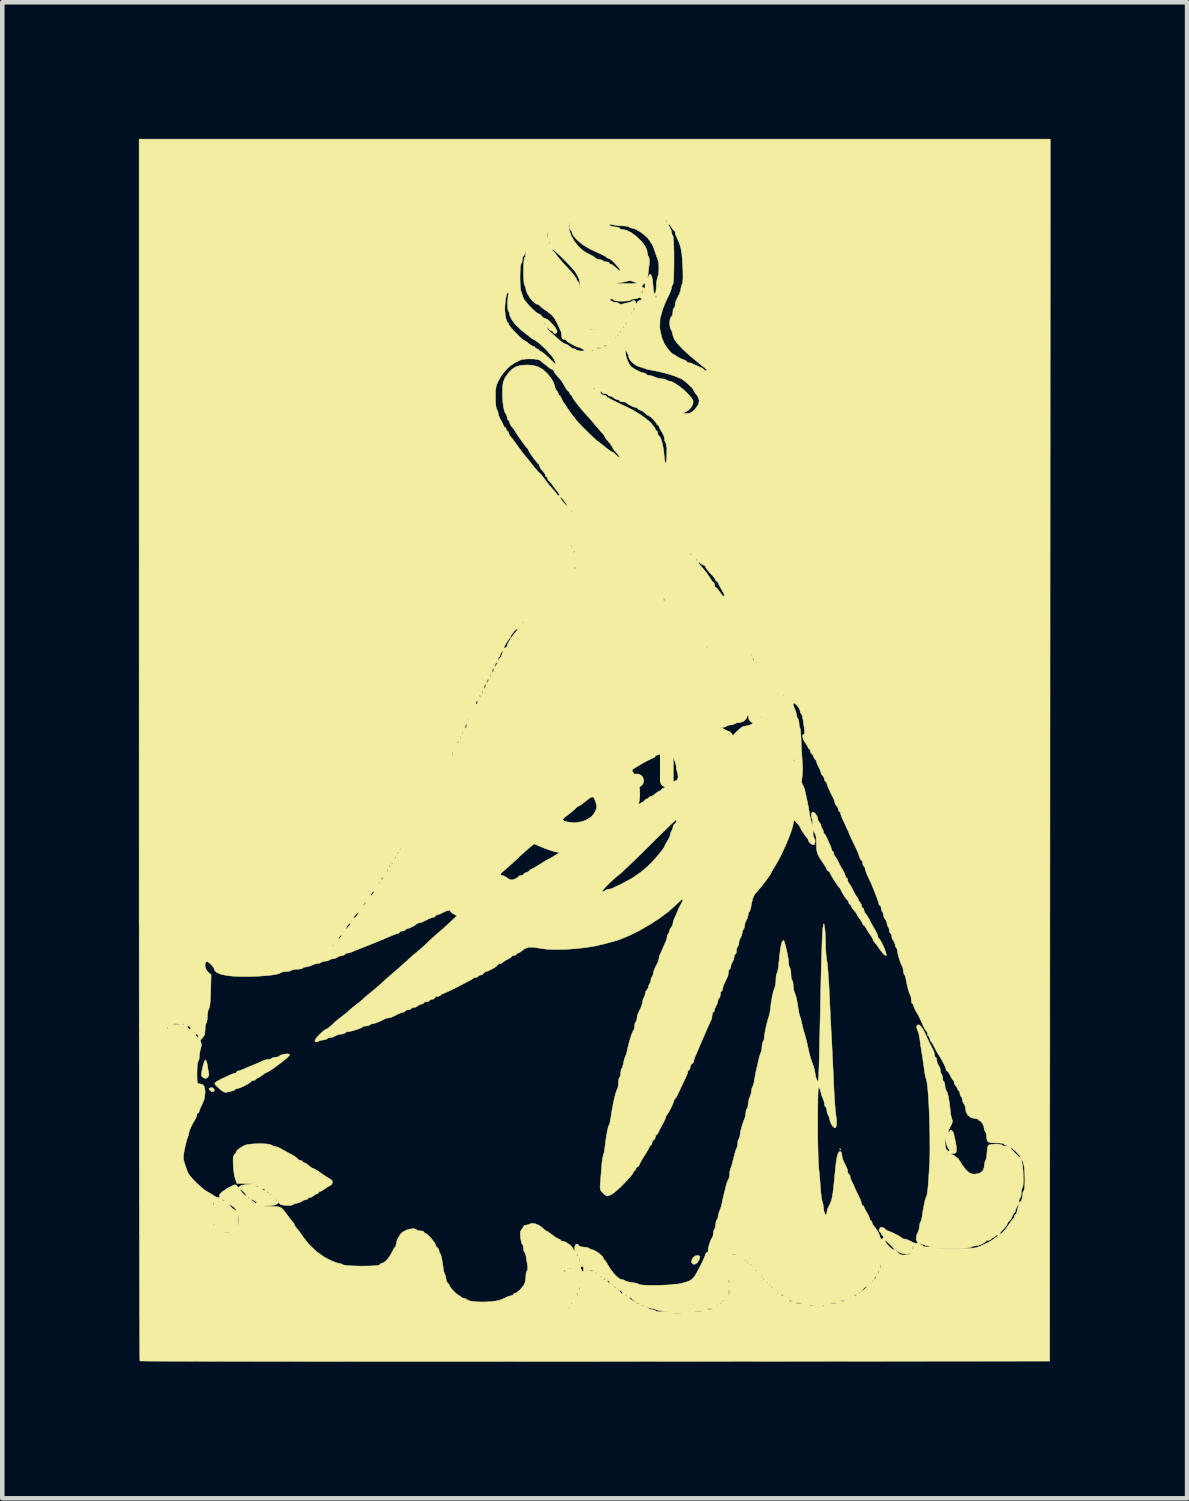
<source format=kicad_pcb>
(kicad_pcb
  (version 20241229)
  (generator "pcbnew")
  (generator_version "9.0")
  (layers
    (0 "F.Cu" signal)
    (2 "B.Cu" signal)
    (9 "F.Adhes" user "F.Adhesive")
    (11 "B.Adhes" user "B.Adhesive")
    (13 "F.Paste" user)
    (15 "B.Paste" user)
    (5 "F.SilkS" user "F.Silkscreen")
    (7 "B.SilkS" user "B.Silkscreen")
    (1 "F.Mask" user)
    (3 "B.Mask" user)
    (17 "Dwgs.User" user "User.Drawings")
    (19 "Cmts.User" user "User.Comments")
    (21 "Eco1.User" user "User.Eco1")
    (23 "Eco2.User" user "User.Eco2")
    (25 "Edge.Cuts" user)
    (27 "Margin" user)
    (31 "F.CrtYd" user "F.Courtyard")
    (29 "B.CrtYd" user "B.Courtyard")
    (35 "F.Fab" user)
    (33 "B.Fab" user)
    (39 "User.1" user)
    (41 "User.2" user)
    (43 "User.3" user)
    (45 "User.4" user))
  (footprint "GFX1inv"
    (layer "F.Cu")
    (at 9.997 13.404)
    (property "Reference" "GFX1inv" (at 0 0 0) (layer "F.SilkS") (effects (font (size 1.524 1.524) (thickness 0.3))))
    (attr through_hole)
    (fp_poly (pts (xy 5.416 8.784) (xy 5.403 8.797) (xy 5.39 8.784) (xy 5.403 8.772) (xy 5.416 8.784)) (stroke (width 0.01) (type solid)) (fill yes) (layer "F.SilkS"))
    (fp_poly (pts (xy -8.343 7.467) (xy -8.34 7.489) (xy -8.357 7.521) (xy -8.396 7.521) (xy -8.439 7.49) (xy -8.441 7.488) (xy -8.458 7.455) (xy -8.433 7.435) (xy -8.377 7.433) (xy -8.343 7.467)) (stroke (width 0.01) (type solid)) (fill yes) (layer "F.SilkS"))
    (fp_poly (pts (xy 2.297 11.118) (xy 2.322 11.135) (xy 2.322 11.166) (xy 2.303 11.218) (xy 2.263 11.279) (xy 2.214 11.31) (xy 2.169 11.306) (xy 2.144 11.275) (xy 2.144 11.214) (xy 2.179 11.158) (xy 2.233 11.12) (xy 2.293 11.117) (xy 2.297 11.118)) (stroke (width 0.01) (type solid)) (fill yes) (layer "F.SilkS"))
    (fp_poly (pts (xy -8.532 6.822) (xy -8.514 6.85) (xy -8.497 6.913) (xy -8.489 6.962) (xy -8.477 7.044) (xy -8.464 7.109) (xy -8.458 7.129) (xy -8.464 7.173) (xy -8.489 7.205) (xy -8.529 7.231) (xy -8.567 7.221) (xy -8.585 7.209) (xy -8.611 7.188) (xy -8.623 7.162) (xy -8.623 7.119) (xy -8.609 7.046) (xy -8.598 6.993) (xy -8.575 6.903) (xy -8.552 6.843) (xy -8.533 6.822) (xy -8.532 6.822)) (stroke (width 0.01) (type solid)) (fill yes) (layer "F.SilkS"))
    (fp_poly (pts (xy -6.692 6.7) (xy -6.687 6.716) (xy -6.706 6.741) (xy -6.758 6.788) (xy -6.831 6.848) (xy -6.917 6.915) (xy -7.005 6.98) (xy -7.085 7.037) (xy -7.148 7.077) (xy -7.184 7.094) (xy -7.185 7.094) (xy -7.215 7.108) (xy -7.268 7.143) (xy -7.287 7.157) (xy -7.345 7.197) (xy -7.389 7.219) (xy -7.397 7.221) (xy -7.423 7.239) (xy -7.424 7.246) (xy -7.445 7.267) (xy -7.473 7.272) (xy -7.517 7.281) (xy -7.53 7.293) (xy -7.559 7.321) (xy -7.619 7.359) (xy -7.694 7.399) (xy -7.767 7.431) (xy -7.822 7.449) (xy -7.832 7.45) (xy -7.873 7.459) (xy -7.882 7.472) (xy -7.904 7.49) (xy -7.958 7.507) (xy -7.965 7.508) (xy -8.034 7.522) (xy -8.085 7.537) (xy -8.127 7.528) (xy -8.193 7.486) (xy -8.237 7.447) (xy -8.299 7.389) (xy -8.328 7.354) (xy -8.328 7.331) (xy -8.306 7.309) (xy -8.301 7.305) (xy -8.247 7.272) (xy -8.171 7.233) (xy -8.136 7.217) (xy -8.059 7.182) (xy -7.996 7.152) (xy -7.978 7.142) (xy -7.921 7.122) (xy -7.895 7.119) (xy -7.861 7.105) (xy -7.856 7.094) (xy -7.837 7.069) (xy -7.829 7.068) (xy -7.789 7.059) (xy -7.725 7.035) (xy -7.708 7.028) (xy -7.634 6.996) (xy -7.572 6.97) (xy -7.564 6.967) (xy -7.433 6.913) (xy -7.332 6.87) (xy -7.268 6.84) (xy -7.266 6.838) (xy -7.205 6.819) (xy -7.159 6.814) (xy -7.105 6.805) (xy -7.081 6.789) (xy -7.047 6.77) (xy -6.993 6.763) (xy -6.937 6.755) (xy -6.911 6.736) (xy -6.882 6.716) (xy -6.821 6.699) (xy -6.794 6.695) (xy -6.724 6.689) (xy -6.692 6.7)) (stroke (width 0.01) (type solid)) (fill yes) (layer "F.SilkS"))
    (fp_poly (pts (xy 10.005 13.437) (xy 0.023 13.444) (xy -0.686 13.444) (xy -1.383 13.444) (xy -2.065 13.445) (xy -2.731 13.445) (xy -3.378 13.445) (xy -4.006 13.445) (xy -4.612 13.445) (xy -5.195 13.445) (xy -5.753 13.444) (xy -6.284 13.444) (xy -6.787 13.443) (xy -7.26 13.443) (xy -7.7 13.442) (xy -8.107 13.442) (xy -8.479 13.441) (xy -8.814 13.44) (xy -9.11 13.439) (xy -9.365 13.439) (xy -9.579 13.438) (xy -9.748 13.437) (xy -9.872 13.435) (xy -9.948 13.434) (xy -9.975 13.433) (xy -9.975 13.433) (xy -9.976 13.407) (xy -9.977 13.331) (xy -9.978 13.208) (xy -9.979 13.038) (xy -9.98 12.823) (xy -9.981 12.565) (xy -9.982 12.394) (xy 1.727 12.394) (xy 1.752 12.398) (xy 1.817 12.4) (xy 1.818 12.4) (xy 1.885 12.398) (xy 1.915 12.395) (xy 1.901 12.389) (xy 1.824 12.385) (xy 1.748 12.389) (xy 1.727 12.394) (xy -9.982 12.394) (xy -9.982 12.268) (xy -0.559 12.268) (xy -0.547 12.28) (xy -0.534 12.268) (xy -0.547 12.255) (xy -0.559 12.268) (xy -9.982 12.268) (xy -9.982 12.265) (xy -9.982 12.23) (xy 1.147 12.23) (xy 1.157 12.247) (xy 1.168 12.261) (xy 1.217 12.294) (xy 1.274 12.306) (xy 1.327 12.314) (xy 1.348 12.331) (xy 1.371 12.345) (xy 1.432 12.352) (xy 1.494 12.352) (xy 1.64 12.348) (xy 1.594 12.344) (xy 2.203 12.344) (xy 2.231 12.348) (xy 2.288 12.349) (xy 2.351 12.348) (xy 2.375 12.343) (xy 2.358 12.339) (xy 2.276 12.334) (xy 2.218 12.339) (xy 2.203 12.344) (xy 1.594 12.344) (xy 1.513 12.338) (xy 1.434 12.328) (xy 1.377 12.313) (xy 1.362 12.304) (xy 1.342 12.296) (xy 2.49 12.296) (xy 2.525 12.3) (xy 2.543 12.3) (xy 2.589 12.297) (xy 2.594 12.291) (xy 2.587 12.288) (xy 2.523 12.284) (xy 2.498 12.288) (xy 2.49 12.296) (xy 1.342 12.296) (xy 1.319 12.286) (xy 1.271 12.28) (xy 1.207 12.269) (xy 1.17 12.249) (xy 1.147 12.23) (xy -9.982 12.23) (xy -9.982 12.213) (xy 1.051 12.213) (xy 1.054 12.228) (xy 1.068 12.23) (xy 1.089 12.22) (xy 1.087 12.217) (xy 2.695 12.217) (xy 2.708 12.23) (xy 2.714 12.224) (xy 4.74 12.224) (xy 4.765 12.228) (xy 4.798 12.223) (xy 4.799 12.214) (xy 4.79 12.213) (xy 5.017 12.213) (xy 5.021 12.228) (xy 5.034 12.23) (xy 5.055 12.22) (xy 5.051 12.213) (xy 5.021 12.21) (xy 5.017 12.213) (xy 4.79 12.213) (xy 4.764 12.208) (xy 4.75 12.212) (xy 4.74 12.224) (xy 2.714 12.224) (xy 2.721 12.217) (xy 2.708 12.204) (xy 2.695 12.217) (xy 1.087 12.217) (xy 1.085 12.213) (xy 1.055 12.21) (xy 1.051 12.213) (xy -9.982 12.213) (xy -9.982 12.166) (xy -0.509 12.166) (xy -0.496 12.179) (xy -0.488 12.171) (xy 0.931 12.171) (xy 0.966 12.175) (xy 1.002 12.171) (xy 1 12.166) (xy 2.771 12.166) (xy 2.784 12.179) (xy 2.797 12.166) (xy 4.413 12.166) (xy 4.441 12.17) (xy 4.488 12.172) (xy 4.548 12.17) (xy 4.561 12.167) (xy 5.194 12.167) (xy 5.226 12.171) (xy 5.263 12.172) (xy 5.318 12.17) (xy 5.333 12.165) (xy 5.32 12.161) (xy 5.246 12.157) (xy 5.206 12.161) (xy 5.194 12.167) (xy 4.561 12.167) (xy 4.57 12.165) (xy 4.558 12.161) (xy 4.488 12.156) (xy 4.431 12.161) (xy 4.413 12.166) (xy 2.797 12.166) (xy 2.797 12.166) (xy 2.784 12.153) (xy 2.771 12.166) (xy 1 12.166) (xy 0.998 12.162) (xy 0.946 12.159) (xy 0.934 12.162) (xy 0.931 12.171) (xy -0.488 12.171) (xy -0.483 12.166) (xy -0.496 12.153) (xy -0.509 12.166) (xy -9.982 12.166) (xy -9.983 11.924) (xy -9.984 11.545) (xy -9.985 11.128) (xy -9.985 10.674) (xy -9.986 10.615) (xy -8.147 10.615) (xy -8.12 10.619) (xy -8.073 10.621) (xy -8.012 10.619) (xy -7.99 10.614) (xy -8.002 10.61) (xy -8.072 10.605) (xy -8.129 10.61) (xy -8.147 10.615) (xy -9.986 10.615) (xy -9.986 10.437) (xy -8.365 10.437) (xy -8.352 10.45) (xy -8.34 10.437) (xy -8.352 10.424) (xy -8.365 10.437) (xy -9.986 10.437) (xy -9.986 10.335) (xy -7.823 10.335) (xy -7.822 10.41) (xy -7.818 10.446) (xy -7.814 10.44) (xy -7.813 10.431) (xy -7.808 10.347) (xy -7.812 10.257) (xy -7.812 10.253) (xy -7.817 10.229) (xy -7.821 10.251) (xy -7.823 10.314) (xy -7.823 10.335) (xy -9.986 10.335) (xy -9.986 10.187) (xy -9.987 9.977) (xy -8.363 9.977) (xy -8.358 10.01) (xy -8.35 10.011) (xy -8.348 10.003) (xy -8.003 10.003) (xy -7.995 10.027) (xy -7.958 10.068) (xy -7.944 10.08) (xy -7.894 10.117) (xy -7.861 10.13) (xy -7.858 10.129) (xy -7.866 10.105) (xy -7.903 10.064) (xy -7.917 10.052) (xy -7.967 10.015) (xy -8 10.002) (xy -8.003 10.003) (xy -8.348 10.003) (xy -8.344 9.977) (xy -8.348 9.962) (xy -8.359 9.952) (xy -8.363 9.977) (xy -9.987 9.977) (xy -9.987 9.91) (xy -8.176 9.91) (xy -8.151 9.914) (xy -8.118 9.909) (xy -8.118 9.901) (xy -8.137 9.897) (xy -7.55 9.897) (xy -7.531 9.905) (xy -7.52 9.908) (xy -7.482 9.929) (xy -7.475 9.943) (xy -7.454 9.964) (xy -7.435 9.967) (xy -7.409 9.962) (xy -7.422 9.941) (xy -7.433 9.929) (xy -7.477 9.903) (xy -6.992 9.903) (xy -6.979 9.916) (xy -6.967 9.903) (xy -6.979 9.89) (xy -6.992 9.903) (xy -7.477 9.903) (xy -7.486 9.898) (xy -7.518 9.893) (xy -7.55 9.897) (xy -8.137 9.897) (xy -8.152 9.894) (xy -8.166 9.899) (xy -8.176 9.91) (xy -9.987 9.91) (xy -9.987 9.852) (xy -7.602 9.852) (xy -7.589 9.865) (xy -7.577 9.852) (xy -7.589 9.84) (xy -7.602 9.852) (xy -9.987 9.852) (xy -9.987 9.666) (xy -9.988 9.114) (xy -9.988 8.939) (xy -9.019 8.939) (xy -9.017 8.998) (xy -9.003 9.059) (xy -8.989 9.105) (xy -8.96 9.194) (xy -8.931 9.273) (xy -8.917 9.306) (xy -8.88 9.362) (xy -8.814 9.439) (xy -8.732 9.524) (xy -8.645 9.605) (xy -8.565 9.671) (xy -8.505 9.711) (xy -8.431 9.752) (xy -8.353 9.803) (xy -8.346 9.808) (xy -8.287 9.841) (xy -8.241 9.851) (xy -8.219 9.838) (xy -8.227 9.811) (xy -8.222 9.773) (xy -8.172 9.722) (xy -8.08 9.659) (xy -7.78 9.659) (xy -7.766 9.691) (xy -7.731 9.735) (xy -7.688 9.779) (xy -7.651 9.809) (xy -7.632 9.813) (xy -7.632 9.813) (xy -7.644 9.783) (xy -7.649 9.776) (xy -7.119 9.776) (xy -7.106 9.789) (xy -7.094 9.776) (xy -7.106 9.763) (xy -7.119 9.776) (xy -7.649 9.776) (xy -7.682 9.735) (xy -7.696 9.721) (xy -7.187 9.721) (xy -7.183 9.736) (xy -7.17 9.738) (xy -7.149 9.729) (xy -7.153 9.721) (xy -7.183 9.718) (xy -7.187 9.721) (xy -7.696 9.721) (xy -7.702 9.714) (xy -7.749 9.673) (xy -7.777 9.656) (xy -7.78 9.659) (xy -8.08 9.659) (xy -8.08 9.659) (xy -8.064 9.65) (xy -7.287 9.65) (xy -7.284 9.662) (xy -7.257 9.683) (xy -7.228 9.687) (xy -7.221 9.677) (xy -7.241 9.661) (xy -7.26 9.652) (xy -7.287 9.65) (xy -8.064 9.65) (xy -8.01 9.619) (xy -7.935 9.58) (xy -7.891 9.565) (xy -7.865 9.57) (xy -7.845 9.592) (xy -7.816 9.622) (xy -7.79 9.609) (xy -7.781 9.6) (xy -7.771 9.594) (xy -7.416 9.594) (xy -7.412 9.609) (xy -7.399 9.611) (xy -7.378 9.602) (xy -7.382 9.594) (xy -7.412 9.591) (xy -7.416 9.594) (xy -7.771 9.594) (xy -7.735 9.575) (xy -7.647 9.558) (xy -7.594 9.553) (xy -7.521 9.549) (xy -7.491 9.546) (xy -7.505 9.543) (xy -7.567 9.541) (xy -7.64 9.539) (xy -7.844 9.535) (xy -7.879 9.439) (xy -7.898 9.367) (xy -7.914 9.264) (xy -7.925 9.152) (xy -7.925 9.139) (xy -7.929 9.03) (xy -7.925 8.96) (xy -7.912 8.919) (xy -7.896 8.9) (xy -7.863 8.86) (xy -7.856 8.838) (xy -7.84 8.807) (xy -7.788 8.766) (xy -7.695 8.709) (xy -7.678 8.7) (xy -7.624 8.683) (xy -7.537 8.671) (xy -7.43 8.664) (xy -7.319 8.662) (xy -7.216 8.666) (xy -7.135 8.675) (xy -7.089 8.69) (xy -7.087 8.692) (xy -7.039 8.717) (xy -7.006 8.723) (xy -6.949 8.737) (xy -6.881 8.77) (xy -6.878 8.772) (xy -6.811 8.811) (xy -6.723 8.859) (xy -6.665 8.889) (xy -6.59 8.931) (xy -6.536 8.97) (xy -6.517 8.992) (xy -6.483 9.021) (xy -6.455 9.026) (xy -6.416 9.037) (xy -6.407 9.051) (xy -6.387 9.075) (xy -6.373 9.077) (xy -6.332 9.093) (xy -6.278 9.133) (xy -6.27 9.14) (xy -6.218 9.182) (xy -6.178 9.203) (xy -6.174 9.204) (xy -6.141 9.218) (xy -6.08 9.254) (xy -6.002 9.306) (xy -5.991 9.314) (xy -5.909 9.37) (xy -5.838 9.415) (xy -5.793 9.439) (xy -5.791 9.44) (xy -5.754 9.476) (xy -5.746 9.509) (xy -5.765 9.559) (xy -5.791 9.578) (xy -5.84 9.604) (xy -5.904 9.646) (xy -5.914 9.653) (xy -5.972 9.692) (xy -6.016 9.712) (xy -6.022 9.713) (xy -6.05 9.73) (xy -6.051 9.738) (xy -6.072 9.761) (xy -6.086 9.763) (xy -6.131 9.781) (xy -6.153 9.802) (xy -6.203 9.834) (xy -6.232 9.84) (xy -6.272 9.851) (xy -6.28 9.865) (xy -6.301 9.885) (xy -6.333 9.89) (xy -6.394 9.908) (xy -6.424 9.929) (xy -6.479 9.959) (xy -6.522 9.967) (xy -6.575 9.976) (xy -6.598 9.992) (xy -6.634 10.011) (xy -6.7 10.019) (xy -6.778 10.017) (xy -6.85 10.007) (xy -6.898 9.989) (xy -6.907 9.979) (xy -6.923 9.953) (xy -6.945 9.971) (xy -6.951 9.978) (xy -6.999 10.004) (xy -7.094 10.021) (xy -7.145 10.025) (xy -7.221 10.029) (xy -7.255 10.032) (xy -7.244 10.034) (xy -7.185 10.036) (xy -7.098 10.038) (xy -6.994 10.041) (xy -6.923 10.05) (xy -6.871 10.072) (xy -6.824 10.115) (xy -6.768 10.187) (xy -6.725 10.246) (xy -6.671 10.318) (xy -6.628 10.372) (xy -6.605 10.395) (xy -6.586 10.424) (xy -6.585 10.433) (xy -6.569 10.471) (xy -6.53 10.522) (xy -6.525 10.528) (xy -6.474 10.59) (xy -6.417 10.67) (xy -6.396 10.702) (xy -6.268 10.868) (xy -6.107 11.022) (xy -5.93 11.15) (xy -5.848 11.195) (xy -5.753 11.239) (xy -5.67 11.272) (xy -5.614 11.288) (xy -5.605 11.289) (xy -5.549 11.302) (xy -5.525 11.317) (xy -5.489 11.329) (xy -5.415 11.338) (xy -5.313 11.345) (xy -5.194 11.349) (xy -5.069 11.35) (xy -4.948 11.348) (xy -4.841 11.344) (xy -4.76 11.336) (xy -4.716 11.326) (xy -4.71 11.321) (xy -4.679 11.292) (xy -4.661 11.289) (xy -4.61 11.268) (xy -4.549 11.212) (xy -4.488 11.134) (xy -4.438 11.045) (xy -4.436 11.041) (xy -4.404 10.977) (xy -4.377 10.938) (xy -4.368 10.933) (xy -4.353 10.911) (xy -4.348 10.872) (xy -4.326 10.775) (xy -4.261 10.661) (xy -4.246 10.64) (xy -4.193 10.595) (xy -4.118 10.558) (xy -4.036 10.535) (xy -3.962 10.528) (xy -3.911 10.542) (xy -3.903 10.552) (xy -3.868 10.57) (xy -3.812 10.577) (xy -3.759 10.584) (xy -3.738 10.602) (xy -3.718 10.627) (xy -3.71 10.628) (xy -3.674 10.647) (xy -3.622 10.694) (xy -3.566 10.756) (xy -3.516 10.819) (xy -3.487 10.869) (xy -3.483 10.885) (xy -3.464 10.93) (xy -3.445 10.942) (xy -3.413 10.977) (xy -3.407 11.007) (xy -3.397 11.055) (xy -3.384 11.071) (xy -3.365 11.104) (xy -3.346 11.181) (xy -3.326 11.304) (xy -3.314 11.391) (xy -3.301 11.465) (xy -3.284 11.518) (xy -3.277 11.529) (xy -3.26 11.571) (xy -3.254 11.621) (xy -3.241 11.684) (xy -3.216 11.721) (xy -3.184 11.758) (xy -3.178 11.776) (xy -3.161 11.811) (xy -3.117 11.865) (xy -3.061 11.923) (xy -3.006 11.972) (xy -2.965 11.999) (xy -2.958 12.001) (xy -2.927 12.016) (xy -2.924 12.026) (xy -2.903 12.047) (xy -2.875 12.052) (xy -2.816 12.069) (xy -2.789 12.088) (xy -2.738 12.113) (xy -2.649 12.129) (xy -2.534 12.137) (xy -2.405 12.138) (xy -2.276 12.131) (xy -2.157 12.117) (xy -2.062 12.095) (xy -2.034 12.084) (xy -1.963 12.052) (xy -1.924 12.033) (xy 0.77 12.033) (xy 0.778 12.05) (xy 0.8 12.076) (xy 0.849 12.114) (xy 0.887 12.125) (xy 0.911 12.121) (xy 0.897 12.115) (xy 2.822 12.115) (xy 2.835 12.128) (xy 2.841 12.122) (xy 4.282 12.122) (xy 4.307 12.126) (xy 4.34 12.121) (xy 4.341 12.118) (xy 5.412 12.118) (xy 5.446 12.123) (xy 5.454 12.123) (xy 5.497 12.12) (xy 5.501 12.112) (xy 5.499 12.111) (xy 5.448 12.106) (xy 5.422 12.11) (xy 5.412 12.118) (xy 4.341 12.118) (xy 4.341 12.113) (xy 4.307 12.106) (xy 4.292 12.111) (xy 4.282 12.122) (xy 2.841 12.122) (xy 2.848 12.115) (xy 2.835 12.103) (xy 2.822 12.115) (xy 0.897 12.115) (xy 0.887 12.111) (xy 0.884 12.11) (xy 0.846 12.091) (xy 0.839 12.078) (xy 0.819 12.052) (xy 0.796 12.041) (xy 0.79 12.039) (xy 5.619 12.039) (xy 5.632 12.052) (xy 5.644 12.039) (xy 5.632 12.026) (xy 5.619 12.039) (xy 0.79 12.039) (xy 0.77 12.033) (xy -1.924 12.033) (xy -1.906 12.025) (xy -1.901 12.022) (xy -1.843 12.004) (xy -1.818 12.001) (xy -1.784 11.987) (xy -1.78 11.975) (xy -1.766 11.961) (xy -0.379 11.961) (xy -0.375 11.994) (xy -0.366 11.994) (xy -0.365 11.988) (xy 0.686 11.988) (xy 0.699 12.001) (xy 0.705 11.995) (xy 4.105 11.995) (xy 4.13 11.999) (xy 4.158 11.995) (xy 5.706 11.995) (xy 5.731 11.999) (xy 5.764 11.994) (xy 5.765 11.985) (xy 5.731 11.979) (xy 5.716 11.983) (xy 5.706 11.995) (xy 4.158 11.995) (xy 4.162 11.994) (xy 4.163 11.985) (xy 4.129 11.979) (xy 4.114 11.983) (xy 4.105 11.995) (xy 0.705 11.995) (xy 0.712 11.988) (xy 0.699 11.975) (xy 0.686 11.988) (xy -0.365 11.988) (xy -0.36 11.96) (xy -0.364 11.945) (xy -0.375 11.936) (xy -0.379 11.961) (xy -1.766 11.961) (xy -1.759 11.953) (xy -1.743 11.95) (xy -1.699 11.931) (xy -1.676 11.912) (xy 0.565 11.912) (xy 0.591 11.942) (xy 0.615 11.95) (xy 0.625 11.935) (xy 0.618 11.925) (xy 2.955 11.925) (xy 2.958 11.971) (xy 2.964 11.976) (xy 2.967 11.969) (xy 2.969 11.937) (xy 4.017 11.937) (xy 4.03 11.95) (xy 4.043 11.937) (xy 5.822 11.937) (xy 5.835 11.95) (xy 5.848 11.937) (xy 5.835 11.925) (xy 5.822 11.937) (xy 4.043 11.937) (xy 4.03 11.925) (xy 4.017 11.937) (xy 2.969 11.937) (xy 2.971 11.905) (xy 2.97 11.899) (xy 5.878 11.899) (xy 5.904 11.884) (xy 5.949 11.848) (xy 5.95 11.848) (xy 5.983 11.813) (xy 5.984 11.798) (xy 5.983 11.797) (xy 5.948 11.815) (xy 5.911 11.848) (xy 5.882 11.885) (xy 5.878 11.899) (xy 2.97 11.899) (xy 2.967 11.88) (xy 2.96 11.872) (xy 2.955 11.907) (xy 2.955 11.925) (xy 0.618 11.925) (xy 0.61 11.911) (xy 0.579 11.885) (xy 0.566 11.884) (xy 0.565 11.912) (xy -1.676 11.912) (xy -1.641 11.884) (xy -1.594 11.833) (xy -0.329 11.833) (xy -0.324 11.866) (xy -0.315 11.867) (xy -0.314 11.861) (xy 0.509 11.861) (xy 0.521 11.874) (xy 0.534 11.861) (xy 0.521 11.848) (xy 0.509 11.861) (xy -0.314 11.861) (xy -0.309 11.833) (xy -0.313 11.818) (xy -0.324 11.808) (xy -0.329 11.833) (xy -1.594 11.833) (xy -1.581 11.82) (xy -1.571 11.806) (xy 0.441 11.806) (xy 0.444 11.821) (xy 0.458 11.823) (xy 0.479 11.814) (xy 0.477 11.81) (xy 3.89 11.81) (xy 3.903 11.823) (xy 3.916 11.81) (xy 3.903 11.797) (xy 3.89 11.81) (xy 0.477 11.81) (xy 0.475 11.806) (xy 0.444 11.803) (xy 0.441 11.806) (xy -1.571 11.806) (xy -1.537 11.759) (xy 0.381 11.759) (xy 0.394 11.772) (xy 0.407 11.759) (xy 0.394 11.747) (xy 0.381 11.759) (xy -1.537 11.759) (xy -1.533 11.754) (xy -1.532 11.752) (xy -1.512 11.692) (xy -1.511 11.686) (xy 0.288 11.686) (xy 0.292 11.696) (xy 0.326 11.72) (xy 0.334 11.721) (xy 0.347 11.705) (xy 0.343 11.696) (xy 0.31 11.671) (xy 0.302 11.67) (xy 0.288 11.686) (xy -1.511 11.686) (xy -1.503 11.628) (xy 0.212 11.628) (xy 0.215 11.643) (xy 0.229 11.645) (xy 0.25 11.636) (xy 0.246 11.628) (xy 0.216 11.625) (xy 0.212 11.628) (xy -1.503 11.628) (xy -1.501 11.609) (xy -1.5 11.583) (xy -1.5 11.577) (xy 0.136 11.577) (xy 0.139 11.592) (xy 0.153 11.594) (xy 0.173 11.585) (xy 0.17 11.577) (xy 0.139 11.574) (xy 0.136 11.577) (xy -1.5 11.577) (xy -1.494 11.511) (xy -1.493 11.505) (xy 0.025 11.505) (xy 0.038 11.518) (xy 0.051 11.505) (xy 0.038 11.492) (xy 0.025 11.505) (xy -1.493 11.505) (xy -1.48 11.462) (xy -1.479 11.461) (xy -0.675 11.461) (xy -0.65 11.465) (xy -0.617 11.46) (xy -0.617 11.452) (xy -0.651 11.445) (xy -0.666 11.449) (xy -0.675 11.461) (xy -1.479 11.461) (xy -1.472 11.453) (xy -1.456 11.415) (xy -1.457 11.399) (xy -0.551 11.399) (xy -0.547 11.414) (xy -0.534 11.416) (xy -0.513 11.407) (xy -0.517 11.399) (xy -0.531 11.398) (xy -0.294 11.398) (xy -0.275 11.439) (xy -0.249 11.474) (xy -0.236 11.465) (xy -0.234 11.457) (xy -0.105 11.457) (xy -0.071 11.462) (xy -0.064 11.462) (xy -0.02 11.459) (xy -0.016 11.451) (xy -0.019 11.45) (xy -0.069 11.445) (xy -0.095 11.449) (xy -0.105 11.457) (xy -0.234 11.457) (xy -0.233 11.454) (xy -0.234 11.394) (xy -0.24 11.372) (xy -0.262 11.347) (xy -0.283 11.358) (xy -0.294 11.398) (xy -0.531 11.398) (xy -0.547 11.396) (xy -0.551 11.399) (xy -1.457 11.399) (xy -1.46 11.344) (xy -1.461 11.343) (xy -1.476 11.25) (xy -1.482 11.213) (xy -0.327 11.213) (xy -0.323 11.249) (xy -0.314 11.244) (xy -0.31 11.192) (xy -0.314 11.181) (xy -0.323 11.178) (xy -0.327 11.213) (xy -1.482 11.213) (xy -1.491 11.156) (xy -1.491 11.155) (xy -1.501 11.111) (xy -0.381 11.111) (xy -0.372 11.132) (xy -0.364 11.128) (xy -0.361 11.098) (xy -0.364 11.094) (xy -0.38 11.097) (xy -0.381 11.111) (xy -1.501 11.111) (xy -1.506 11.09) (xy -1.524 11.049) (xy -1.528 11.046) (xy -1.545 11.013) (xy -1.551 10.959) (xy -1.558 10.904) (xy -1.574 10.878) (xy -1.589 10.85) (xy -1.605 10.787) (xy -1.615 10.727) (xy -1.622 10.638) (xy -1.615 10.582) (xy -1.592 10.546) (xy -1.591 10.545) (xy -1.559 10.501) (xy -1.551 10.477) (xy -1.529 10.456) (xy -1.492 10.45) (xy -1.434 10.438) (xy -1.406 10.422) (xy -1.361 10.409) (xy -1.292 10.421) (xy -1.215 10.453) (xy -1.146 10.499) (xy -1.126 10.517) (xy -1.082 10.559) (xy -1.051 10.577) (xy -1.05 10.577) (xy -1.02 10.592) (xy -0.965 10.63) (xy -0.918 10.666) (xy -0.851 10.715) (xy -0.795 10.748) (xy -0.772 10.755) (xy -0.74 10.77) (xy -0.737 10.78) (xy -0.716 10.8) (xy -0.678 10.806) (xy -0.626 10.822) (xy -0.563 10.861) (xy -0.503 10.91) (xy -0.464 10.957) (xy -0.458 10.978) (xy -0.442 11.015) (xy -0.437 11.019) (xy -0.425 11.007) (xy -0.426 10.961) (xy -0.426 10.961) (xy -0.421 10.907) (xy -0.396 10.872) (xy -0.364 10.866) (xy -0.34 10.895) (xy -0.302 10.924) (xy -0.228 10.933) (xy -0.161 10.939) (xy -0.119 10.954) (xy -0.114 10.958) (xy -0.078 10.982) (xy -0.062 10.984) (xy -0.008 10.999) (xy 0.061 11.038) (xy 0.13 11.088) (xy 0.181 11.137) (xy 0.197 11.164) (xy 0.214 11.204) (xy 0.226 11.213) (xy 0.247 11.233) (xy 0.28 11.284) (xy 0.293 11.308) (xy 0.36 11.419) (xy 0.436 11.517) (xy 0.512 11.593) (xy 0.578 11.637) (xy 0.611 11.645) (xy 0.658 11.656) (xy 0.673 11.668) (xy 0.704 11.684) (xy 0.77 11.701) (xy 0.827 11.71) (xy 0.907 11.723) (xy 0.963 11.739) (xy 0.981 11.75) (xy 1.012 11.76) (xy 1.085 11.768) (xy 1.188 11.772) (xy 1.311 11.773) (xy 1.446 11.771) (xy 1.581 11.766) (xy 1.693 11.759) (xy 3.839 11.759) (xy 3.852 11.772) (xy 3.865 11.759) (xy 3.852 11.747) (xy 3.839 11.759) (xy 1.693 11.759) (xy 1.707 11.758) (xy 1.814 11.748) (xy 1.891 11.736) (xy 1.899 11.734) (xy 2.013 11.703) (xy 2.075 11.681) (xy 2.951 11.681) (xy 2.956 11.714) (xy 2.965 11.714) (xy 2.966 11.708) (xy 3.788 11.708) (xy 3.801 11.721) (xy 3.814 11.708) (xy 3.801 11.696) (xy 3.788 11.708) (xy 2.966 11.708) (xy 2.97 11.683) (xy 6.102 11.683) (xy 6.115 11.696) (xy 6.128 11.683) (xy 6.115 11.67) (xy 6.102 11.683) (xy 2.97 11.683) (xy 2.971 11.68) (xy 2.967 11.666) (xy 2.955 11.656) (xy 2.951 11.681) (xy 2.075 11.681) (xy 2.094 11.674) (xy 2.154 11.636) (xy 2.157 11.632) (xy 3.712 11.632) (xy 3.725 11.645) (xy 3.738 11.632) (xy 3.726 11.621) (xy 6.153 11.621) (xy 6.161 11.644) (xy 6.18 11.624) (xy 6.188 11.605) (xy 6.19 11.579) (xy 6.178 11.581) (xy 6.154 11.614) (xy 6.153 11.621) (xy 3.726 11.621) (xy 3.725 11.619) (xy 3.712 11.632) (xy 2.157 11.632) (xy 2.203 11.581) (xy 3.661 11.581) (xy 3.674 11.594) (xy 3.687 11.581) (xy 3.674 11.569) (xy 3.661 11.581) (xy 2.203 11.581) (xy 2.203 11.581) (xy 2.254 11.498) (xy 2.265 11.477) (xy 6.231 11.477) (xy 6.236 11.51) (xy 6.245 11.511) (xy 6.251 11.477) (xy 6.247 11.462) (xy 6.235 11.452) (xy 6.231 11.477) (xy 2.265 11.477) (xy 2.277 11.454) (xy 3.534 11.454) (xy 3.547 11.467) (xy 3.56 11.454) (xy 3.547 11.441) (xy 3.534 11.454) (xy 2.277 11.454) (xy 2.31 11.392) (xy 2.33 11.352) (xy 6.285 11.352) (xy 6.288 11.396) (xy 6.296 11.4) (xy 6.297 11.397) (xy 6.302 11.347) (xy 6.298 11.321) (xy 6.29 11.311) (xy 6.285 11.345) (xy 6.285 11.352) (xy 2.33 11.352) (xy 2.343 11.327) (xy 3.432 11.327) (xy 3.445 11.34) (xy 3.458 11.327) (xy 3.445 11.314) (xy 3.432 11.327) (xy 2.343 11.327) (xy 2.363 11.288) (xy 2.369 11.276) (xy 3.356 11.276) (xy 3.369 11.289) (xy 3.382 11.276) (xy 3.369 11.263) (xy 3.356 11.276) (xy 2.369 11.276) (xy 2.393 11.225) (xy 3.305 11.225) (xy 3.318 11.238) (xy 3.331 11.225) (xy 3.318 11.213) (xy 3.305 11.225) (xy 2.393 11.225) (xy 2.406 11.197) (xy 2.433 11.131) (xy 2.441 11.104) (xy 2.441 11.103) (xy 3.042 11.103) (xy 3.076 11.107) (xy 3.113 11.103) (xy 3.108 11.094) (xy 3.056 11.091) (xy 3.045 11.094) (xy 3.042 11.103) (xy 2.441 11.103) (xy 2.461 11.062) (xy 2.481 11.05) (xy 2.507 11.025) (xy 2.504 11.009) (xy 2.504 10.998) (xy 6.623 10.998) (xy 6.673 11.056) (xy 6.717 11.093) (xy 6.774 11.107) (xy 6.836 11.106) (xy 6.91 11.094) (xy 6.952 11.074) (xy 6.956 11.066) (xy 6.955 11.051) (xy 6.95 11.059) (xy 6.914 11.08) (xy 6.85 11.085) (xy 6.773 11.074) (xy 6.704 11.049) (xy 6.692 11.042) (xy 6.623 10.998) (xy 2.504 10.998) (xy 2.504 10.973) (xy 2.519 10.908) (xy 2.543 10.832) (xy 2.558 10.796) (xy 6.387 10.796) (xy 6.41 10.836) (xy 6.448 10.886) (xy 6.492 10.934) (xy 6.531 10.965) (xy 6.586 10.995) (xy 6.602 10.992) (xy 6.58 10.958) (xy 6.565 10.944) (xy 6.994 10.944) (xy 6.999 10.977) (xy 7.007 10.977) (xy 7.008 10.973) (xy 7.488 10.973) (xy 7.895 10.97) (xy 8.039 10.968) (xy 8.172 10.963) (xy 8.28 10.958) (xy 8.355 10.951) (xy 8.378 10.947) (xy 8.448 10.924) (xy 8.539 10.886) (xy 8.633 10.841) (xy 8.713 10.798) (xy 8.764 10.764) (xy 8.767 10.762) (xy 8.818 10.722) (xy 8.843 10.707) (xy 8.871 10.68) (xy 8.87 10.667) (xy 8.842 10.669) (xy 8.815 10.69) (xy 8.772 10.722) (xy 8.748 10.73) (xy 8.722 10.748) (xy 8.721 10.755) (xy 8.7 10.776) (xy 8.672 10.78) (xy 8.623 10.791) (xy 8.608 10.804) (xy 8.565 10.84) (xy 8.494 10.875) (xy 8.415 10.9) (xy 8.361 10.908) (xy 8.309 10.915) (xy 8.289 10.932) (xy 8.264 10.942) (xy 8.195 10.951) (xy 8.088 10.958) (xy 7.949 10.964) (xy 7.888 10.965) (xy 7.488 10.973) (xy 7.008 10.973) (xy 7.013 10.943) (xy 7.009 10.928) (xy 6.998 10.919) (xy 6.994 10.944) (xy 6.565 10.944) (xy 6.519 10.894) (xy 6.508 10.884) (xy 6.488 10.865) (xy 7.153 10.865) (xy 7.158 10.879) (xy 7.178 10.882) (xy 7.215 10.895) (xy 7.221 10.908) (xy 7.244 10.922) (xy 7.301 10.929) (xy 7.342 10.929) (xy 7.406 10.926) (xy 7.422 10.922) (xy 7.392 10.917) (xy 7.373 10.915) (xy 7.294 10.9) (xy 7.228 10.877) (xy 7.227 10.877) (xy 7.178 10.861) (xy 7.153 10.865) (xy 6.488 10.865) (xy 6.449 10.829) (xy 6.406 10.791) (xy 6.39 10.78) (xy 6.387 10.796) (xy 2.558 10.796) (xy 2.571 10.763) (xy 2.598 10.718) (xy 2.613 10.676) (xy 2.619 10.624) (xy 2.627 10.567) (xy 2.644 10.539) (xy 2.662 10.505) (xy 2.67 10.444) (xy 2.67 10.437) (xy 2.677 10.374) (xy 2.693 10.337) (xy 2.695 10.335) (xy 2.716 10.3) (xy 2.721 10.268) (xy 2.731 10.209) (xy 2.756 10.138) (xy 2.757 10.136) (xy 2.787 10.055) (xy 2.806 9.979) (xy 2.821 9.903) (xy 2.841 9.814) (xy 2.844 9.802) (xy 2.868 9.709) (xy 2.893 9.607) (xy 2.898 9.585) (xy 2.92 9.511) (xy 2.943 9.458) (xy 2.951 9.447) (xy 2.967 9.406) (xy 2.975 9.342) (xy 2.975 9.338) (xy 2.981 9.266) (xy 2.997 9.21) (xy 3.014 9.165) (xy 3.037 9.086) (xy 3.061 8.989) (xy 3.065 8.975) (xy 3.089 8.881) (xy 3.111 8.805) (xy 3.129 8.763) (xy 3.131 8.76) (xy 3.146 8.72) (xy 3.153 8.655) (xy 3.153 8.654) (xy 3.16 8.592) (xy 3.177 8.556) (xy 3.178 8.556) (xy 3.198 8.521) (xy 3.204 8.475) (xy 3.212 8.412) (xy 3.234 8.321) (xy 3.264 8.222) (xy 3.295 8.135) (xy 3.309 8.105) (xy 3.325 8.047) (xy 3.331 7.985) (xy 3.339 7.927) (xy 3.356 7.895) (xy 3.374 7.861) (xy 3.382 7.799) (xy 3.382 7.794) (xy 3.394 7.709) (xy 3.42 7.637) (xy 3.447 7.563) (xy 3.458 7.499) (xy 3.466 7.44) (xy 3.481 7.41) (xy 3.498 7.371) (xy 3.514 7.304) (xy 3.517 7.284) (xy 3.532 7.192) (xy 3.552 7.09) (xy 3.557 7.068) (xy 3.578 6.975) (xy 3.604 6.865) (xy 3.616 6.809) (xy 3.637 6.728) (xy 3.657 6.668) (xy 3.668 6.646) (xy 3.68 6.611) (xy 3.686 6.547) (xy 3.687 6.532) (xy 3.693 6.465) (xy 3.708 6.424) (xy 3.712 6.42) (xy 3.73 6.386) (xy 3.738 6.327) (xy 3.744 6.261) (xy 3.762 6.164) (xy 3.786 6.054) (xy 3.812 5.951) (xy 3.837 5.871) (xy 3.841 5.861) (xy 3.856 5.805) (xy 3.869 5.724) (xy 3.874 5.683) (xy 3.89 5.551) (xy 3.912 5.425) (xy 3.937 5.319) (xy 3.962 5.247) (xy 3.965 5.241) (xy 3.981 5.185) (xy 3.991 5.104) (xy 3.992 5.066) (xy 3.996 4.989) (xy 4.008 4.933) (xy 4.015 4.919) (xy 4.03 4.882) (xy 4.044 4.811) (xy 4.052 4.742) (xy 4.072 4.543) (xy 4.091 4.392) (xy 4.11 4.288) (xy 4.129 4.229) (xy 4.138 4.217) (xy 4.153 4.202) (xy 4.164 4.199) (xy 4.174 4.216) (xy 4.188 4.26) (xy 4.208 4.339) (xy 4.23 4.428) (xy 4.252 4.53) (xy 4.267 4.626) (xy 4.271 4.687) (xy 4.278 4.751) (xy 4.294 4.79) (xy 4.297 4.793) (xy 4.312 4.825) (xy 4.321 4.891) (xy 4.322 4.933) (xy 4.327 5.008) (xy 4.339 5.06) (xy 4.348 5.072) (xy 4.364 5.106) (xy 4.373 5.169) (xy 4.373 5.19) (xy 4.381 5.271) (xy 4.399 5.339) (xy 4.403 5.347) (xy 4.424 5.397) (xy 4.444 5.474) (xy 4.465 5.587) (xy 4.49 5.743) (xy 4.49 5.746) (xy 4.506 5.823) (xy 4.525 5.884) (xy 4.526 5.886) (xy 4.546 5.949) (xy 4.56 6.013) (xy 4.575 6.081) (xy 4.599 6.172) (xy 4.616 6.229) (xy 4.644 6.329) (xy 4.67 6.428) (xy 4.68 6.471) (xy 4.711 6.617) (xy 4.737 6.723) (xy 4.758 6.798) (xy 4.773 6.839) (xy 4.814 6.953) (xy 4.844 7.055) (xy 4.856 7.131) (xy 4.856 7.137) (xy 4.868 7.198) (xy 4.893 7.261) (xy 4.9 7.275) (xy 4.907 7.287) (xy 4.912 7.292) (xy 4.917 7.289) (xy 4.921 7.273) (xy 4.925 7.242) (xy 4.929 7.193) (xy 4.933 7.123) (xy 4.937 7.028) (xy 4.941 6.906) (xy 4.945 6.753) (xy 4.949 6.566) (xy 4.954 6.342) (xy 4.96 6.079) (xy 4.967 5.772) (xy 4.974 5.419) (xy 4.979 5.212) (xy 4.984 4.966) (xy 4.99 4.733) (xy 4.997 4.519) (xy 5.003 4.328) (xy 5.009 4.167) (xy 5.015 4.041) (xy 5.02 3.955) (xy 5.025 3.916) (xy 5.045 3.827) (xy 5.062 3.903) (xy 5.069 3.96) (xy 5.076 4.053) (xy 5.08 4.168) (xy 5.082 4.249) (xy 5.086 4.379) (xy 5.094 4.506) (xy 5.106 4.612) (xy 5.113 4.656) (xy 5.122 4.722) (xy 5.133 4.83) (xy 5.143 4.968) (xy 5.154 5.128) (xy 5.163 5.3) (xy 5.165 5.352) (xy 5.174 5.55) (xy 5.184 5.761) (xy 5.195 5.971) (xy 5.204 6.162) (xy 5.213 6.318) (xy 5.221 6.472) (xy 5.23 6.661) (xy 5.24 6.87) (xy 5.25 7.084) (xy 5.259 7.286) (xy 5.26 7.31) (xy 5.268 7.487) (xy 5.278 7.657) (xy 5.288 7.809) (xy 5.299 7.934) (xy 5.308 8.022) (xy 5.312 8.045) (xy 5.325 8.153) (xy 5.324 8.24) (xy 5.311 8.297) (xy 5.29 8.314) (xy 5.25 8.292) (xy 5.21 8.235) (xy 5.18 8.159) (xy 5.173 8.129) (xy 5.156 8.064) (xy 5.137 8.024) (xy 5.133 8.02) (xy 5.117 7.987) (xy 5.111 7.931) (xy 5.103 7.878) (xy 5.085 7.856) (xy 5.066 7.835) (xy 5.06 7.796) (xy 5.048 7.729) (xy 5.022 7.662) (xy 4.995 7.598) (xy 4.984 7.548) (xy 4.972 7.496) (xy 4.948 7.439) (xy 4.939 7.425) (xy 4.931 7.429) (xy 4.925 7.455) (xy 4.92 7.508) (xy 4.916 7.591) (xy 4.914 7.711) (xy 4.912 7.87) (xy 4.911 8.074) (xy 4.911 8.167) (xy 4.911 8.376) (xy 4.912 8.58) (xy 4.916 8.77) (xy 4.92 8.938) (xy 4.925 9.075) (xy 4.931 9.172) (xy 4.933 9.191) (xy 4.947 9.333) (xy 4.961 9.493) (xy 4.972 9.638) (xy 4.973 9.649) (xy 4.982 9.758) (xy 4.993 9.851) (xy 5.005 9.915) (xy 5.01 9.929) (xy 5.026 9.986) (xy 5.038 10.066) (xy 5.04 10.092) (xy 5.051 10.157) (xy 5.07 10.203) (xy 5.091 10.222) (xy 5.107 10.207) (xy 5.111 10.172) (xy 5.122 10.105) (xy 5.135 10.074) (xy 5.166 10.016) (xy 5.191 9.962) (xy 5.211 9.906) (xy 5.227 9.84) (xy 5.242 9.757) (xy 5.256 9.648) (xy 5.271 9.506) (xy 5.288 9.323) (xy 5.295 9.252) (xy 5.314 9.078) (xy 5.335 8.952) (xy 5.36 8.871) (xy 5.388 8.834) (xy 5.418 8.837) (xy 5.436 8.871) (xy 5.441 8.916) (xy 5.453 8.983) (xy 5.482 9.058) (xy 5.483 9.06) (xy 5.527 9.147) (xy 5.553 9.203) (xy 5.565 9.24) (xy 5.568 9.273) (xy 5.568 9.28) (xy 5.579 9.321) (xy 5.594 9.331) (xy 5.616 9.352) (xy 5.619 9.372) (xy 5.63 9.423) (xy 5.654 9.48) (xy 5.691 9.555) (xy 5.721 9.624) (xy 5.752 9.693) (xy 5.794 9.779) (xy 5.813 9.818) (xy 5.848 9.893) (xy 5.87 9.955) (xy 5.873 9.977) (xy 5.886 10.012) (xy 5.899 10.018) (xy 5.923 10.037) (xy 5.924 10.044) (xy 5.937 10.079) (xy 5.969 10.139) (xy 5.988 10.17) (xy 6.026 10.239) (xy 6.049 10.294) (xy 6.051 10.31) (xy 6.065 10.344) (xy 6.077 10.348) (xy 6.099 10.369) (xy 6.102 10.387) (xy 6.118 10.433) (xy 6.154 10.482) (xy 6.207 10.551) (xy 6.251 10.63) (xy 6.277 10.699) (xy 6.28 10.721) (xy 6.301 10.751) (xy 6.318 10.755) (xy 6.352 10.735) (xy 6.356 10.717) (xy 6.343 10.683) (xy 6.331 10.679) (xy 6.308 10.658) (xy 6.306 10.641) (xy 6.291 10.607) (xy 6.278 10.602) (xy 6.26 10.581) (xy 6.259 10.545) (xy 6.284 10.504) (xy 6.33 10.497) (xy 6.382 10.524) (xy 6.397 10.541) (xy 6.433 10.572) (xy 6.45 10.577) (xy 6.487 10.588) (xy 6.551 10.616) (xy 6.625 10.652) (xy 6.695 10.69) (xy 6.744 10.721) (xy 6.759 10.734) (xy 6.788 10.752) (xy 6.815 10.755) (xy 6.868 10.767) (xy 6.937 10.797) (xy 6.954 10.806) (xy 7.022 10.839) (xy 7.078 10.856) (xy 7.109 10.855) (xy 7.107 10.836) (xy 7.099 10.826) (xy 7.071 10.764) (xy 7.081 10.678) (xy 7.099 10.638) (xy 8.902 10.638) (xy 8.915 10.643) (xy 8.95 10.628) (xy 8.99 10.593) (xy 9.044 10.529) (xy 9.096 10.455) (xy 9.147 10.381) (xy 9.188 10.326) (xy 9.21 10.302) (xy 9.228 10.272) (xy 9.229 10.257) (xy 9.242 10.225) (xy 9.252 10.221) (xy 9.272 10.199) (xy 9.287 10.151) (xy 9.303 10.078) (xy 9.318 10.03) (xy 9.338 9.979) (xy 9.297 10.03) (xy 9.265 10.087) (xy 9.256 10.126) (xy 9.245 10.163) (xy 9.235 10.17) (xy 9.214 10.192) (xy 9.188 10.245) (xy 9.181 10.261) (xy 9.151 10.324) (xy 9.118 10.362) (xy 9.113 10.365) (xy 9.08 10.4) (xy 9.077 10.418) (xy 9.059 10.457) (xy 9.015 10.513) (xy 8.988 10.54) (xy 8.926 10.603) (xy 8.902 10.638) (xy 7.099 10.638) (xy 7.107 10.619) (xy 7.134 10.544) (xy 7.145 10.477) (xy 7.152 10.418) (xy 7.167 10.385) (xy 7.185 10.346) (xy 7.201 10.279) (xy 7.204 10.259) (xy 7.223 10.131) (xy 7.245 10.012) (xy 7.265 9.919) (xy 9.331 9.919) (xy 9.335 9.954) (xy 9.356 9.945) (xy 9.369 9.932) (xy 9.395 9.882) (xy 9.407 9.81) (xy 9.407 9.805) (xy 9.414 9.741) (xy 9.43 9.702) (xy 9.433 9.7) (xy 9.447 9.666) (xy 9.456 9.594) (xy 9.46 9.496) (xy 9.459 9.385) (xy 9.453 9.273) (xy 9.444 9.172) (xy 9.43 9.095) (xy 9.418 9.061) (xy 9.378 8.988) (xy 9.396 9.064) (xy 9.409 9.143) (xy 9.419 9.244) (xy 9.425 9.354) (xy 9.427 9.46) (xy 9.424 9.548) (xy 9.416 9.605) (xy 9.409 9.619) (xy 9.391 9.661) (xy 9.382 9.729) (xy 9.382 9.742) (xy 9.376 9.808) (xy 9.36 9.849) (xy 9.357 9.852) (xy 9.335 9.888) (xy 9.331 9.919) (xy 7.265 9.919) (xy 7.267 9.914) (xy 7.286 9.848) (xy 7.296 9.828) (xy 7.308 9.796) (xy 7.32 9.728) (xy 7.332 9.621) (xy 7.344 9.473) (xy 7.356 9.279) (xy 7.368 9.064) (xy 7.373 8.918) (xy 7.375 8.746) (xy 7.374 8.605) (xy 7.708 8.605) (xy 7.711 8.706) (xy 7.727 8.772) (xy 7.748 8.804) (xy 7.785 8.832) (xy 7.801 8.823) (xy 7.794 8.783) (xy 7.772 8.751) (xy 7.747 8.701) (xy 7.728 8.623) (xy 7.723 8.581) (xy 7.713 8.454) (xy 7.708 8.605) (xy 7.374 8.605) (xy 7.374 8.556) (xy 7.371 8.356) (xy 7.365 8.153) (xy 7.358 7.954) (xy 7.349 7.766) (xy 7.338 7.596) (xy 7.327 7.453) (xy 7.314 7.343) (xy 7.302 7.274) (xy 7.296 7.259) (xy 7.282 7.211) (xy 7.265 7.128) (xy 7.249 7.025) (xy 7.245 6.992) (xy 7.228 6.87) (xy 7.21 6.747) (xy 7.194 6.647) (xy 7.192 6.636) (xy 7.175 6.531) (xy 7.16 6.424) (xy 7.155 6.382) (xy 7.142 6.299) (xy 7.126 6.232) (xy 7.12 6.217) (xy 7.09 6.136) (xy 7.083 6.087) (xy 7.1 6.057) (xy 7.104 6.054) (xy 7.139 6.053) (xy 7.185 6.095) (xy 7.236 6.174) (xy 7.263 6.229) (xy 7.317 6.347) (xy 7.362 6.443) (xy 7.393 6.504) (xy 7.396 6.509) (xy 7.441 6.596) (xy 7.466 6.655) (xy 7.475 6.698) (xy 7.475 6.712) (xy 7.486 6.753) (xy 7.5 6.763) (xy 7.519 6.785) (xy 7.526 6.836) (xy 7.538 6.901) (xy 7.564 6.941) (xy 7.593 6.989) (xy 7.602 7.044) (xy 7.61 7.102) (xy 7.628 7.132) (xy 7.646 7.166) (xy 7.653 7.222) (xy 7.661 7.275) (xy 7.678 7.297) (xy 7.696 7.319) (xy 7.704 7.374) (xy 7.704 7.381) (xy 7.712 7.448) (xy 7.733 7.494) (xy 7.734 7.495) (xy 7.757 7.542) (xy 7.78 7.631) (xy 7.801 7.755) (xy 7.819 7.904) (xy 7.821 7.933) (xy 7.833 8.022) (xy 7.849 8.096) (xy 7.86 8.125) (xy 7.87 8.169) (xy 7.857 8.223) (xy 7.819 8.297) (xy 7.787 8.362) (xy 7.774 8.405) (xy 7.779 8.416) (xy 7.805 8.397) (xy 7.806 8.39) (xy 7.819 8.363) (xy 7.849 8.369) (xy 7.88 8.398) (xy 7.896 8.435) (xy 7.911 8.506) (xy 7.93 8.593) (xy 7.934 8.611) (xy 7.95 8.7) (xy 7.958 8.782) (xy 7.958 8.796) (xy 7.952 8.851) (xy 7.923 8.872) (xy 7.888 8.875) (xy 7.846 8.877) (xy 7.842 8.885) (xy 7.878 8.907) (xy 7.91 8.924) (xy 7.99 8.986) (xy 8.044 9.062) (xy 8.089 9.137) (xy 8.151 9.218) (xy 8.172 9.241) (xy 8.236 9.3) (xy 8.295 9.326) (xy 8.358 9.331) (xy 8.464 9.313) (xy 8.534 9.261) (xy 8.567 9.178) (xy 8.568 9.149) (xy 8.576 9.082) (xy 8.593 9.037) (xy 8.595 9.035) (xy 8.611 8.996) (xy 8.623 8.925) (xy 8.627 8.871) (xy 8.634 8.788) (xy 8.641 8.746) (xy 9.149 8.746) (xy 9.15 8.762) (xy 9.182 8.804) (xy 9.232 8.858) (xy 9.298 8.923) (xy 9.335 8.958) (xy 9.352 8.969) (xy 9.356 8.962) (xy 9.357 8.951) (xy 9.339 8.917) (xy 9.295 8.866) (xy 9.24 8.812) (xy 9.187 8.767) (xy 9.151 8.747) (xy 9.149 8.746) (xy 8.641 8.746) (xy 8.645 8.724) (xy 8.653 8.702) (xy 8.688 8.684) (xy 8.755 8.673) (xy 8.834 8.67) (xy 8.907 8.675) (xy 8.955 8.689) (xy 8.962 8.695) (xy 8.997 8.713) (xy 9.047 8.717) (xy 9.09 8.714) (xy 9.085 8.709) (xy 9.058 8.703) (xy 9.013 8.685) (xy 9.001 8.668) (xy 8.977 8.657) (xy 8.916 8.648) (xy 8.83 8.645) (xy 8.825 8.645) (xy 8.723 8.642) (xy 8.662 8.628) (xy 8.631 8.595) (xy 8.62 8.536) (xy 8.619 8.492) (xy 8.611 8.434) (xy 8.594 8.403) (xy 8.572 8.367) (xy 8.568 8.343) (xy 8.557 8.281) (xy 8.529 8.218) (xy 8.495 8.173) (xy 8.473 8.162) (xy 8.443 8.146) (xy 8.441 8.136) (xy 8.419 8.118) (xy 8.368 8.111) (xy 8.274 8.089) (xy 8.203 8.032) (xy 8.165 7.95) (xy 8.162 7.916) (xy 8.151 7.845) (xy 8.126 7.792) (xy 8.123 7.789) (xy 8.093 7.734) (xy 8.085 7.689) (xy 8.076 7.642) (xy 8.06 7.628) (xy 8.041 7.606) (xy 8.034 7.564) (xy 8.026 7.516) (xy 8.009 7.501) (xy 7.986 7.48) (xy 7.984 7.465) (xy 7.966 7.421) (xy 7.945 7.399) (xy 7.913 7.349) (xy 7.907 7.319) (xy 7.899 7.28) (xy 7.888 7.272) (xy 7.867 7.251) (xy 7.837 7.197) (xy 7.824 7.17) (xy 7.792 7.108) (xy 7.763 7.072) (xy 7.755 7.068) (xy 7.732 7.048) (xy 7.729 7.031) (xy 7.717 6.988) (xy 7.684 6.915) (xy 7.637 6.826) (xy 7.583 6.735) (xy 7.552 6.687) (xy 7.513 6.62) (xy 7.471 6.54) (xy 7.466 6.529) (xy 7.433 6.466) (xy 7.404 6.425) (xy 7.398 6.42) (xy 7.377 6.384) (xy 7.373 6.355) (xy 7.362 6.314) (xy 7.348 6.306) (xy 7.327 6.284) (xy 7.323 6.256) (xy 7.311 6.208) (xy 7.298 6.192) (xy 7.272 6.16) (xy 7.24 6.101) (xy 7.232 6.082) (xy 7.185 5.976) (xy 7.151 5.903) (xy 7.123 5.848) (xy 7.094 5.797) (xy 7.075 5.766) (xy 7.039 5.698) (xy 7.019 5.644) (xy 7.017 5.632) (xy 7.004 5.598) (xy 6.992 5.594) (xy 6.975 5.571) (xy 6.967 5.517) (xy 6.967 5.51) (xy 6.96 5.445) (xy 6.945 5.403) (xy 6.944 5.402) (xy 6.925 5.362) (xy 6.901 5.286) (xy 6.876 5.187) (xy 6.854 5.078) (xy 6.847 5.04) (xy 6.832 4.979) (xy 6.812 4.944) (xy 6.811 4.944) (xy 6.794 4.91) (xy 6.789 4.86) (xy 6.781 4.799) (xy 6.767 4.766) (xy 6.745 4.725) (xy 6.717 4.652) (xy 6.691 4.566) (xy 6.67 4.485) (xy 6.661 4.429) (xy 6.661 4.427) (xy 6.65 4.378) (xy 6.636 4.36) (xy 6.615 4.325) (xy 6.611 4.294) (xy 6.593 4.233) (xy 6.572 4.204) (xy 6.542 4.149) (xy 6.534 4.104) (xy 6.525 4.057) (xy 6.509 4.043) (xy 6.49 4.021) (xy 6.483 3.981) (xy 6.474 3.927) (xy 6.458 3.903) (xy 6.438 3.868) (xy 6.433 3.828) (xy 6.417 3.768) (xy 6.394 3.738) (xy 6.364 3.688) (xy 6.356 3.647) (xy 6.347 3.594) (xy 6.331 3.572) (xy 6.311 3.537) (xy 6.306 3.494) (xy 6.297 3.447) (xy 6.28 3.432) (xy 6.256 3.412) (xy 6.255 3.401) (xy 6.246 3.362) (xy 6.222 3.292) (xy 6.189 3.205) (xy 6.188 3.204) (xy 6.152 3.113) (xy 6.121 3.034) (xy 6.102 2.987) (xy 6.081 2.937) (xy 6.045 2.861) (xy 6.016 2.801) (xy 5.98 2.719) (xy 5.956 2.649) (xy 5.95 2.616) (xy 5.938 2.576) (xy 5.924 2.568) (xy 5.905 2.546) (xy 5.899 2.504) (xy 5.891 2.457) (xy 5.875 2.441) (xy 5.851 2.42) (xy 5.835 2.384) (xy 5.793 2.264) (xy 5.724 2.113) (xy 5.69 2.047) (xy 5.654 1.972) (xy 5.625 1.907) (xy 5.602 1.85) (xy 5.563 1.765) (xy 5.519 1.667) (xy 5.475 1.573) (xy 5.441 1.5) (xy 5.438 1.494) (xy 5.419 1.437) (xy 5.416 1.411) (xy 5.402 1.377) (xy 5.39 1.373) (xy 5.369 1.352) (xy 5.365 1.325) (xy 5.346 1.269) (xy 5.327 1.246) (xy 5.294 1.202) (xy 5.288 1.179) (xy 5.277 1.127) (xy 5.266 1.099) (xy 5.202 0.973) (xy 5.153 0.866) (xy 5.121 0.788) (xy 5.111 0.748) (xy 5.096 0.715) (xy 5.085 0.712) (xy 5.064 0.691) (xy 5.06 0.664) (xy 5.041 0.608) (xy 5.022 0.585) (xy 4.989 0.542) (xy 4.983 0.519) (xy 4.972 0.476) (xy 4.942 0.412) (xy 4.933 0.394) (xy 4.9 0.327) (xy 4.883 0.275) (xy 4.882 0.266) (xy 4.869 0.233) (xy 4.859 0.229) (xy 4.837 0.207) (xy 4.82 0.165) (xy 4.8 0.118) (xy 4.779 0.102) (xy 4.759 0.08) (xy 4.755 0.051) (xy 4.744 0.01) (xy 4.729 0) (xy 4.705 -0.02) (xy 4.704 -0.027) (xy 4.689 -0.063) (xy 4.654 -0.119) (xy 4.64 -0.138) (xy 4.599 -0.206) (xy 4.579 -0.27) (xy 4.581 -0.315) (xy 4.605 -0.331) (xy 4.617 -0.336) (xy 4.622 -0.358) (xy 4.621 -0.405) (xy 4.612 -0.483) (xy 4.595 -0.602) (xy 4.587 -0.655) (xy 4.573 -0.725) (xy 4.555 -0.77) (xy 4.548 -0.777) (xy 4.528 -0.812) (xy 4.526 -0.834) (xy 4.511 -0.882) (xy 4.475 -0.939) (xy 4.431 -0.988) (xy 4.392 -1.014) (xy 4.379 -1.014) (xy 4.37 -0.986) (xy 4.392 -0.919) (xy 4.399 -0.903) (xy 4.43 -0.826) (xy 4.447 -0.76) (xy 4.449 -0.745) (xy 4.46 -0.694) (xy 4.475 -0.674) (xy 4.492 -0.64) (xy 4.5 -0.579) (xy 4.5 -0.575) (xy 4.506 -0.512) (xy 4.519 -0.473) (xy 4.519 -0.473) (xy 4.529 -0.44) (xy 4.537 -0.37) (xy 4.543 -0.275) (xy 4.544 -0.246) (xy 4.549 -0.113) (xy 4.556 0.032) (xy 4.564 0.153) (xy 4.575 0.317) (xy 4.579 0.442) (xy 4.576 0.541) (xy 4.566 0.624) (xy 4.563 0.642) (xy 4.559 0.732) (xy 4.577 0.776) (xy 4.602 0.825) (xy 4.627 0.898) (xy 4.632 0.922) (xy 4.654 1.02) (xy 4.677 1.124) (xy 4.681 1.144) (xy 4.701 1.24) (xy 4.72 1.351) (xy 4.728 1.398) (xy 4.745 1.493) (xy 4.766 1.58) (xy 4.777 1.615) (xy 4.805 1.691) (xy 4.796 1.602) (xy 4.786 1.53) (xy 4.772 1.477) (xy 4.771 1.475) (xy 4.769 1.421) (xy 4.779 1.399) (xy 4.802 1.378) (xy 4.832 1.391) (xy 4.855 1.41) (xy 4.894 1.465) (xy 4.907 1.514) (xy 4.923 1.573) (xy 4.945 1.602) (xy 4.978 1.651) (xy 4.983 1.68) (xy 4.996 1.727) (xy 5.009 1.742) (xy 5.03 1.778) (xy 5.034 1.807) (xy 5.043 1.847) (xy 5.055 1.856) (xy 5.076 1.877) (xy 5.105 1.931) (xy 5.12 1.964) (xy 5.152 2.04) (xy 5.181 2.102) (xy 5.188 2.116) (xy 5.209 2.173) (xy 5.212 2.199) (xy 5.226 2.233) (xy 5.238 2.237) (xy 5.258 2.259) (xy 5.263 2.287) (xy 5.274 2.335) (xy 5.288 2.351) (xy 5.314 2.383) (xy 5.347 2.442) (xy 5.356 2.461) (xy 5.4 2.547) (xy 5.451 2.637) (xy 5.459 2.65) (xy 5.495 2.717) (xy 5.516 2.772) (xy 5.517 2.784) (xy 5.531 2.818) (xy 5.543 2.822) (xy 5.564 2.843) (xy 5.568 2.872) (xy 5.579 2.92) (xy 5.592 2.936) (xy 5.615 2.965) (xy 5.651 3.026) (xy 5.686 3.096) (xy 5.726 3.173) (xy 5.759 3.229) (xy 5.777 3.25) (xy 5.796 3.279) (xy 5.797 3.292) (xy 5.815 3.334) (xy 5.835 3.356) (xy 5.868 3.406) (xy 5.873 3.436) (xy 5.885 3.475) (xy 5.899 3.483) (xy 5.92 3.504) (xy 5.924 3.531) (xy 5.941 3.586) (xy 5.958 3.607) (xy 5.988 3.645) (xy 6.029 3.711) (xy 6.053 3.756) (xy 6.101 3.849) (xy 6.153 3.941) (xy 6.171 3.972) (xy 6.207 4.039) (xy 6.228 4.092) (xy 6.229 4.104) (xy 6.24 4.142) (xy 6.248 4.149) (xy 6.275 4.179) (xy 6.312 4.241) (xy 6.352 4.321) (xy 6.386 4.403) (xy 6.402 4.455) (xy 6.417 4.514) (xy 6.413 4.534) (xy 6.389 4.524) (xy 6.383 4.521) (xy 6.346 4.485) (xy 6.294 4.422) (xy 6.252 4.363) (xy 6.204 4.293) (xy 6.165 4.243) (xy 6.147 4.225) (xy 6.128 4.196) (xy 6.128 4.189) (xy 6.114 4.152) (xy 6.079 4.096) (xy 6.07 4.083) (xy 6.02 4.01) (xy 5.978 3.938) (xy 5.977 3.935) (xy 5.945 3.885) (xy 5.92 3.865) (xy 5.92 3.865) (xy 5.9 3.845) (xy 5.899 3.838) (xy 5.884 3.802) (xy 5.849 3.745) (xy 5.835 3.727) (xy 5.795 3.671) (xy 5.773 3.632) (xy 5.772 3.626) (xy 5.756 3.597) (xy 5.717 3.55) (xy 5.708 3.54) (xy 5.666 3.486) (xy 5.645 3.444) (xy 5.644 3.439) (xy 5.628 3.409) (xy 5.619 3.407) (xy 5.596 3.387) (xy 5.594 3.371) (xy 5.582 3.333) (xy 5.575 3.326) (xy 5.549 3.3) (xy 5.509 3.246) (xy 5.467 3.18) (xy 5.432 3.12) (xy 5.416 3.081) (xy 5.416 3.079) (xy 5.397 3.048) (xy 5.394 3.047) (xy 5.371 3.022) (xy 5.33 2.966) (xy 5.282 2.894) (xy 5.235 2.817) (xy 5.197 2.751) (xy 5.18 2.714) (xy 5.153 2.677) (xy 5.137 2.67) (xy 5.112 2.65) (xy 5.111 2.642) (xy 5.097 2.608) (xy 5.062 2.548) (xy 5.028 2.496) (xy 4.959 2.394) (xy 4.916 2.314) (xy 4.893 2.242) (xy 4.883 2.159) (xy 4.882 2.074) (xy 4.879 1.981) (xy 4.871 1.907) (xy 4.86 1.869) (xy 4.859 1.867) (xy 4.834 1.824) (xy 4.824 1.792) (xy 4.815 1.78) (xy 4.809 1.813) (xy 4.808 1.835) (xy 4.813 1.901) (xy 4.827 1.942) (xy 4.831 1.945) (xy 4.852 1.983) (xy 4.854 2.04) (xy 4.84 2.088) (xy 4.829 2.099) (xy 4.793 2.096) (xy 4.748 2.065) (xy 4.713 2.023) (xy 4.704 1.994) (xy 4.691 1.958) (xy 4.685 1.954) (xy 4.661 1.929) (xy 4.623 1.877) (xy 4.58 1.814) (xy 4.545 1.756) (xy 4.526 1.719) (xy 4.526 1.716) (xy 4.512 1.688) (xy 4.47 1.635) (xy 4.424 1.583) (xy 4.397 1.559) (xy 4.384 1.573) (xy 4.378 1.616) (xy 4.359 1.705) (xy 4.32 1.826) (xy 4.265 1.97) (xy 4.199 2.126) (xy 4.127 2.282) (xy 4.053 2.427) (xy 3.982 2.551) (xy 3.975 2.562) (xy 3.931 2.634) (xy 3.9 2.688) (xy 3.89 2.71) (xy 3.875 2.741) (xy 3.836 2.8) (xy 3.78 2.877) (xy 3.716 2.961) (xy 3.652 3.041) (xy 3.595 3.106) (xy 3.588 3.114) (xy 3.538 3.172) (xy 3.503 3.229) (xy 3.478 3.299) (xy 3.456 3.397) (xy 3.441 3.477) (xy 3.425 3.538) (xy 3.405 3.573) (xy 3.404 3.574) (xy 3.386 3.608) (xy 3.382 3.645) (xy 3.366 3.712) (xy 3.344 3.752) (xy 3.315 3.816) (xy 3.306 3.87) (xy 3.297 3.926) (xy 3.28 3.954) (xy 3.26 3.989) (xy 3.254 4.027) (xy 3.239 4.093) (xy 3.217 4.133) (xy 3.188 4.197) (xy 3.179 4.251) (xy 3.17 4.307) (xy 3.153 4.335) (xy 3.134 4.369) (xy 3.127 4.426) (xy 3.12 4.478) (xy 3.102 4.5) (xy 3.082 4.522) (xy 3.076 4.559) (xy 3.061 4.627) (xy 3.039 4.667) (xy 3.009 4.73) (xy 3.001 4.774) (xy 2.991 4.818) (xy 2.975 4.831) (xy 2.956 4.853) (xy 2.949 4.895) (xy 2.948 4.933) (xy 2.94 4.97) (xy 2.92 5.018) (xy 2.884 5.093) (xy 2.865 5.132) (xy 2.836 5.201) (xy 2.822 5.26) (xy 2.822 5.265) (xy 2.811 5.305) (xy 2.797 5.314) (xy 2.779 5.336) (xy 2.771 5.389) (xy 2.771 5.39) (xy 2.764 5.444) (xy 2.746 5.466) (xy 2.746 5.466) (xy 2.726 5.488) (xy 2.72 5.524) (xy 2.704 5.59) (xy 2.682 5.63) (xy 2.652 5.688) (xy 2.644 5.726) (xy 2.633 5.764) (xy 2.619 5.772) (xy 2.6 5.793) (xy 2.593 5.835) (xy 2.584 5.904) (xy 2.571 5.944) (xy 2.546 5.996) (xy 2.514 6.067) (xy 2.51 6.077) (xy 2.476 6.154) (xy 2.435 6.248) (xy 2.415 6.293) (xy 2.382 6.369) (xy 2.353 6.437) (xy 2.319 6.516) (xy 2.275 6.621) (xy 2.263 6.649) (xy 2.234 6.717) (xy 2.209 6.769) (xy 2.19 6.827) (xy 2.187 6.853) (xy 2.166 6.895) (xy 2.148 6.907) (xy 2.119 6.941) (xy 2.11 6.982) (xy 2.101 7.028) (xy 2.085 7.043) (xy 2.062 7.063) (xy 2.059 7.079) (xy 2.049 7.12) (xy 2.021 7.189) (xy 1.998 7.238) (xy 1.954 7.33) (xy 1.902 7.44) (xy 1.865 7.52) (xy 1.826 7.599) (xy 1.794 7.656) (xy 1.774 7.678) (xy 1.773 7.678) (xy 1.756 7.699) (xy 1.755 7.71) (xy 1.744 7.749) (xy 1.717 7.815) (xy 1.68 7.891) (xy 1.642 7.962) (xy 1.61 8.014) (xy 1.595 8.03) (xy 1.578 8.059) (xy 1.576 8.073) (xy 1.564 8.113) (xy 1.533 8.18) (xy 1.499 8.243) (xy 1.455 8.323) (xy 1.421 8.39) (xy 1.407 8.422) (xy 1.384 8.46) (xy 1.37 8.467) (xy 1.351 8.488) (xy 1.348 8.515) (xy 1.33 8.562) (xy 1.309 8.578) (xy 1.278 8.612) (xy 1.271 8.644) (xy 1.261 8.686) (xy 1.246 8.695) (xy 1.221 8.715) (xy 1.22 8.721) (xy 1.207 8.752) (xy 1.173 8.815) (xy 1.124 8.896) (xy 1.106 8.924) (xy 1.053 9.009) (xy 1.013 9.08) (xy 0.993 9.123) (xy 0.992 9.129) (xy 0.971 9.16) (xy 0.953 9.169) (xy 0.92 9.201) (xy 0.915 9.219) (xy 0.901 9.251) (xy 0.89 9.255) (xy 0.866 9.275) (xy 0.864 9.287) (xy 0.847 9.321) (xy 0.8 9.38) (xy 0.733 9.456) (xy 0.654 9.539) (xy 0.572 9.621) (xy 0.494 9.692) (xy 0.43 9.745) (xy 0.407 9.761) (xy 0.333 9.8) (xy 0.282 9.809) (xy 0.236 9.786) (xy 0.192 9.745) (xy 0.156 9.705) (xy 0.137 9.666) (xy 0.131 9.612) (xy 0.136 9.528) (xy 0.138 9.504) (xy 0.148 9.382) (xy 0.159 9.244) (xy 0.166 9.147) (xy 0.176 9.048) (xy 0.189 8.964) (xy 0.203 8.913) (xy 0.203 8.912) (xy 0.219 8.857) (xy 0.234 8.775) (xy 0.238 8.734) (xy 0.253 8.609) (xy 0.271 8.487) (xy 0.291 8.38) (xy 0.31 8.298) (xy 0.327 8.254) (xy 0.328 8.253) (xy 0.345 8.212) (xy 0.36 8.142) (xy 0.364 8.111) (xy 0.382 7.988) (xy 0.405 7.858) (xy 0.431 7.73) (xy 0.458 7.616) (xy 0.482 7.527) (xy 0.503 7.473) (xy 0.509 7.465) (xy 0.524 7.425) (xy 0.533 7.357) (xy 0.534 7.332) (xy 0.539 7.261) (xy 0.553 7.215) (xy 0.559 7.208) (xy 0.577 7.174) (xy 0.585 7.113) (xy 0.585 7.106) (xy 0.591 7.044) (xy 0.605 7.008) (xy 0.607 7.007) (xy 0.624 6.975) (xy 0.641 6.912) (xy 0.646 6.886) (xy 0.662 6.813) (xy 0.679 6.761) (xy 0.684 6.752) (xy 0.704 6.709) (xy 0.72 6.649) (xy 0.747 6.523) (xy 0.78 6.399) (xy 0.814 6.289) (xy 0.846 6.206) (xy 0.872 6.162) (xy 0.885 6.126) (xy 0.89 6.074) (xy 0.898 6.017) (xy 0.915 5.988) (xy 0.935 5.953) (xy 0.941 5.91) (xy 0.95 5.841) (xy 0.965 5.803) (xy 1.025 5.679) (xy 1.06 5.58) (xy 1.068 5.528) (xy 1.078 5.475) (xy 1.093 5.454) (xy 1.113 5.419) (xy 1.119 5.379) (xy 1.134 5.319) (xy 1.157 5.288) (xy 1.189 5.239) (xy 1.195 5.211) (xy 1.207 5.163) (xy 1.22 5.149) (xy 1.24 5.114) (xy 1.246 5.072) (xy 1.255 5.019) (xy 1.271 4.996) (xy 1.293 4.96) (xy 1.297 4.933) (xy 1.308 4.879) (xy 1.335 4.81) (xy 1.339 4.801) (xy 1.383 4.713) (xy 1.408 4.657) (xy 1.42 4.622) (xy 1.424 4.596) (xy 1.424 4.589) (xy 1.436 4.534) (xy 1.448 4.506) (xy 1.473 4.455) (xy 1.505 4.382) (xy 1.514 4.36) (xy 1.545 4.286) (xy 1.573 4.226) (xy 1.579 4.215) (xy 1.599 4.15) (xy 1.602 4.121) (xy 1.613 4.072) (xy 1.627 4.055) (xy 1.649 4.019) (xy 1.653 3.993) (xy 1.671 3.939) (xy 1.691 3.916) (xy 1.723 3.865) (xy 1.729 3.836) (xy 1.741 3.771) (xy 1.751 3.744) (xy 1.787 3.665) (xy 1.833 3.555) (xy 1.841 3.534) (xy 1.867 3.477) (xy 1.877 3.458) (xy 1.929 3.362) (xy 1.953 3.306) (xy 1.947 3.29) (xy 1.911 3.312) (xy 1.843 3.373) (xy 1.786 3.428) (xy 1.626 3.57) (xy 1.432 3.714) (xy 1.218 3.853) (xy 0.993 3.982) (xy 0.771 4.092) (xy 0.563 4.178) (xy 0.42 4.222) (xy 0.352 4.24) (xy 0.26 4.265) (xy 0.199 4.281) (xy 0.015 4.323) (xy -0.194 4.356) (xy -0.416 4.381) (xy -0.64 4.395) (xy -0.852 4.399) (xy -1.04 4.391) (xy -1.192 4.371) (xy -1.198 4.37) (xy -1.335 4.347) (xy -1.438 4.349) (xy -1.516 4.375) (xy -1.566 4.411) (xy -1.62 4.453) (xy -1.664 4.474) (xy -1.669 4.475) (xy -1.7 4.49) (xy -1.704 4.5) (xy -1.725 4.521) (xy -1.754 4.526) (xy -1.796 4.535) (xy -1.805 4.547) (xy -1.826 4.57) (xy -1.879 4.603) (xy -1.907 4.617) (xy -1.968 4.65) (xy -2.004 4.677) (xy -2.008 4.685) (xy -2.03 4.7) (xy -2.057 4.704) (xy -2.103 4.718) (xy -2.117 4.735) (xy -2.146 4.766) (xy -2.205 4.806) (xy -2.276 4.845) (xy -2.341 4.873) (xy -2.377 4.882) (xy -2.414 4.902) (xy -2.425 4.92) (xy -2.459 4.951) (xy -2.491 4.958) (xy -2.533 4.968) (xy -2.543 4.983) (xy -2.564 5.004) (xy -2.591 5.009) (xy -2.636 5.017) (xy -2.648 5.028) (xy -2.673 5.045) (xy -2.733 5.079) (xy -2.819 5.125) (xy -2.921 5.178) (xy -3.028 5.233) (xy -3.131 5.284) (xy -3.22 5.326) (xy -3.284 5.355) (xy -3.313 5.365) (xy -3.347 5.381) (xy -3.371 5.402) (xy -3.417 5.427) (xy -3.443 5.426) (xy -3.479 5.434) (xy -3.492 5.452) (xy -3.527 5.485) (xy -3.559 5.492) (xy -3.601 5.502) (xy -3.61 5.517) (xy -3.632 5.536) (xy -3.674 5.543) (xy -3.722 5.551) (xy -3.738 5.568) (xy -3.759 5.589) (xy -3.785 5.594) (xy -3.841 5.612) (xy -3.865 5.632) (xy -3.914 5.662) (xy -3.957 5.67) (xy -4.003 5.679) (xy -4.017 5.695) (xy -4.039 5.714) (xy -4.081 5.721) (xy -4.129 5.729) (xy -4.144 5.746) (xy -4.165 5.769) (xy -4.18 5.772) (xy -4.226 5.782) (xy -4.291 5.809) (xy -4.301 5.814) (xy -4.39 5.858) (xy -4.445 5.883) (xy -4.48 5.895) (xy -4.506 5.899) (xy -4.513 5.899) (xy -4.568 5.91) (xy -4.596 5.922) (xy -4.702 5.975) (xy -4.793 6.011) (xy -4.856 6.026) (xy -4.859 6.026) (xy -4.906 6.038) (xy -4.92 6.051) (xy -4.954 6.07) (xy -5.01 6.077) (xy -5.063 6.083) (xy -5.085 6.097) (xy -5.107 6.114) (xy -5.164 6.139) (xy -5.24 6.164) (xy -5.319 6.187) (xy -5.388 6.201) (xy -5.417 6.204) (xy -5.457 6.215) (xy -5.466 6.229) (xy -5.489 6.247) (xy -5.543 6.255) (xy -5.549 6.255) (xy -5.624 6.267) (xy -5.681 6.294) (xy -5.744 6.324) (xy -5.788 6.331) (xy -5.84 6.341) (xy -5.861 6.356) (xy -5.896 6.376) (xy -5.939 6.382) (xy -6.01 6.395) (xy -6.051 6.413) (xy -6.102 6.43) (xy -6.128 6.417) (xy -6.13 6.388) (xy -6.096 6.336) (xy -6.036 6.272) (xy -5.972 6.211) (xy -5.922 6.168) (xy -5.896 6.153) (xy -5.854 6.134) (xy -5.782 6.076) (xy -5.699 6) (xy -5.636 5.945) (xy -5.558 5.883) (xy -5.53 5.862) (xy -5.462 5.809) (xy -5.406 5.762) (xy -5.39 5.746) (xy -5.347 5.707) (xy -5.282 5.655) (xy -5.25 5.63) (xy -5.174 5.571) (xy -5.102 5.51) (xy -5.082 5.492) (xy -5.017 5.433) (xy -4.942 5.37) (xy -4.93 5.361) (xy -4.836 5.285) (xy -4.742 5.205) (xy -4.631 5.105) (xy -4.615 5.089) (xy -4.545 5.027) (xy -4.454 4.947) (xy -4.36 4.867) (xy -4.348 4.856) (xy -4.26 4.78) (xy -4.177 4.707) (xy -4.114 4.649) (xy -4.105 4.64) (xy -4.042 4.581) (xy -3.96 4.51) (xy -3.902 4.462) (xy -3.812 4.387) (xy -3.713 4.298) (xy -3.649 4.237) (xy -3.559 4.152) (xy -3.46 4.063) (xy -3.396 4.008) (xy -3.307 3.931) (xy -3.207 3.841) (xy -3.142 3.78) (xy -3.013 3.657) (xy -3.083 3.62) (xy -3.132 3.587) (xy -3.153 3.559) (xy -3.153 3.559) (xy -3.172 3.536) (xy -3.225 3.543) (xy -3.304 3.577) (xy -3.318 3.585) (xy -3.385 3.618) (xy -3.437 3.635) (xy -3.446 3.636) (xy -3.479 3.65) (xy -3.483 3.661) (xy -3.504 3.684) (xy -3.519 3.687) (xy -3.565 3.698) (xy -3.63 3.724) (xy -3.64 3.729) (xy -3.729 3.773) (xy -3.784 3.798) (xy -3.818 3.81) (xy -3.844 3.814) (xy -3.849 3.814) (xy -3.888 3.825) (xy -3.894 3.833) (xy -3.924 3.859) (xy -3.981 3.892) (xy -4.045 3.923) (xy -4.098 3.94) (xy -4.108 3.941) (xy -4.141 3.955) (xy -4.144 3.966) (xy -4.166 3.985) (xy -4.208 3.992) (xy -4.256 4) (xy -4.271 4.017) (xy -4.291 4.041) (xy -4.299 4.043) (xy -4.339 4.052) (xy -4.403 4.076) (xy -4.42 4.083) (xy -4.653 4.182) (xy -4.691 4.197) (xy -4.747 4.22) (xy -4.822 4.251) (xy -4.844 4.26) (xy -4.91 4.287) (xy -4.967 4.31) (xy -5.034 4.336) (xy -5.125 4.372) (xy -5.161 4.385) (xy -5.239 4.417) (xy -5.303 4.444) (xy -5.32 4.452) (xy -5.384 4.472) (xy -5.415 4.475) (xy -5.457 4.485) (xy -5.466 4.5) (xy -5.488 4.52) (xy -5.524 4.527) (xy -5.59 4.543) (xy -5.63 4.565) (xy -5.694 4.595) (xy -5.737 4.602) (xy -5.789 4.612) (xy -5.81 4.627) (xy -5.844 4.646) (xy -5.899 4.653) (xy -5.957 4.661) (xy -5.988 4.678) (xy -6.023 4.698) (xy -6.063 4.704) (xy -6.128 4.716) (xy -6.195 4.742) (xy -6.264 4.769) (xy -6.323 4.78) (xy -6.374 4.79) (xy -6.394 4.805) (xy -6.427 4.821) (xy -6.492 4.83) (xy -6.522 4.831) (xy -6.593 4.836) (xy -6.641 4.85) (xy -6.649 4.856) (xy -6.682 4.873) (xy -6.745 4.881) (xy -6.76 4.882) (xy -6.829 4.888) (xy -6.875 4.903) (xy -6.88 4.907) (xy -6.928 4.93) (xy -7.018 4.95) (xy -7.14 4.966) (xy -7.286 4.979) (xy -7.447 4.988) (xy -7.613 4.992) (xy -7.776 4.991) (xy -7.925 4.984) (xy -8.054 4.971) (xy -8.085 4.966) (xy -8.204 4.938) (xy -8.289 4.9) (xy -8.334 4.857) (xy -8.34 4.836) (xy -8.356 4.794) (xy -8.396 4.743) (xy -8.445 4.696) (xy -8.49 4.666) (xy -8.514 4.664) (xy -8.542 4.707) (xy -8.542 4.773) (xy -8.517 4.843) (xy -8.477 4.894) (xy -8.411 4.951) (xy -8.42 5.309) (xy -8.426 5.48) (xy -8.436 5.602) (xy -8.449 5.676) (xy -8.46 5.699) (xy -8.478 5.741) (xy -8.49 5.815) (xy -8.492 5.864) (xy -8.497 5.942) (xy -8.508 5.998) (xy -8.518 6.013) (xy -8.532 6.046) (xy -8.541 6.111) (xy -8.543 6.156) (xy -8.549 6.244) (xy -8.571 6.302) (xy -8.603 6.339) (xy -8.643 6.385) (xy -8.644 6.423) (xy -8.636 6.438) (xy -8.621 6.49) (xy -8.639 6.565) (xy -8.639 6.567) (xy -8.661 6.656) (xy -8.67 6.744) (xy -8.676 6.809) (xy -8.692 6.849) (xy -8.695 6.852) (xy -8.707 6.883) (xy -8.715 6.953) (xy -8.72 7.049) (xy -8.721 7.108) (xy -8.72 7.219) (xy -8.717 7.29) (xy -8.709 7.328) (xy -8.693 7.344) (xy -8.668 7.348) (xy -8.662 7.348) (xy -8.599 7.361) (xy -8.561 7.406) (xy -8.545 7.489) (xy -8.543 7.542) (xy -8.562 7.688) (xy -8.607 7.795) (xy -8.643 7.869) (xy -8.666 7.928) (xy -8.67 7.949) (xy -8.685 7.981) (xy -8.695 7.984) (xy -8.718 8.005) (xy -8.723 8.028) (xy -8.737 8.079) (xy -8.77 8.143) (xy -8.773 8.149) (xy -8.811 8.211) (xy -8.836 8.261) (xy -8.837 8.263) (xy -8.862 8.319) (xy -8.875 8.346) (xy -8.896 8.403) (xy -8.899 8.429) (xy -8.91 8.484) (xy -8.922 8.512) (xy -8.938 8.556) (xy -8.96 8.636) (xy -8.983 8.735) (xy -8.989 8.762) (xy -9.01 8.866) (xy -9.019 8.939) (xy -9.988 8.939) (xy -9.988 8.532) (xy -9.989 7.921) (xy -9.989 7.283) (xy -9.99 6.62) (xy -9.99 6.261) (xy -8.76 6.261) (xy -8.744 6.288) (xy -8.741 6.292) (xy -8.708 6.325) (xy -8.697 6.319) (xy -8.695 6.293) (xy -8.716 6.259) (xy -8.735 6.255) (xy -8.76 6.261) (xy -9.99 6.261) (xy -9.99 6.217) (xy -8.797 6.217) (xy -8.784 6.229) (xy -8.772 6.217) (xy -8.784 6.204) (xy -8.797 6.217) (xy -9.99 6.217) (xy -9.99 6.113) (xy -9.38 6.113) (xy -9.375 6.146) (xy -9.367 6.146) (xy -9.361 6.112) (xy -9.365 6.097) (xy -9.376 6.088) (xy -9.38 6.113) (xy -9.99 6.113) (xy -9.99 6.084) (xy -8.942 6.084) (xy -8.927 6.112) (xy -8.924 6.115) (xy -8.888 6.147) (xy -8.871 6.153) (xy -8.86 6.134) (xy -8.864 6.115) (xy -8.898 6.081) (xy -8.917 6.077) (xy -8.942 6.084) (xy -9.99 6.084) (xy -9.99 6.039) (xy -9.266 6.039) (xy -9.238 6.043) (xy -9.191 6.044) (xy -9.131 6.042) (xy -9.109 6.038) (xy -9.118 6.034) (xy -9.043 6.034) (xy -9.039 6.049) (xy -9.026 6.051) (xy -9.005 6.042) (xy -9.009 6.034) (xy -9.039 6.031) (xy -9.043 6.034) (xy -9.118 6.034) (xy -9.121 6.033) (xy -9.191 6.029) (xy -9.248 6.033) (xy -9.266 6.039) (xy -9.99 6.039) (xy -9.99 5.932) (xy -9.991 5.222) (xy -9.991 4.49) (xy -9.991 4.31) (xy -5.746 4.31) (xy -5.733 4.322) (xy -5.721 4.31) (xy -5.733 4.297) (xy -5.746 4.31) (xy -9.991 4.31) (xy -9.991 4.158) (xy -5.619 4.158) (xy -5.603 4.16) (xy -5.581 4.144) (xy -5.549 4.107) (xy -5.543 4.089) (xy -5.557 4.084) (xy -5.581 4.103) (xy -5.612 4.141) (xy -5.619 4.158) (xy -9.991 4.158) (xy -9.991 4.005) (xy -5.517 4.005) (xy -5.505 4.017) (xy -5.492 4.005) (xy -5.505 3.992) (xy -5.517 4.005) (xy -9.991 4.005) (xy -9.991 3.952) (xy -5.453 3.952) (xy -5.432 3.939) (xy -5.402 3.906) (xy -5.363 3.857) (xy -5.348 3.824) (xy -5.35 3.821) (xy -5.375 3.825) (xy -5.41 3.859) (xy -5.442 3.911) (xy -5.449 3.928) (xy -5.453 3.952) (xy -9.991 3.952) (xy -9.992 3.776) (xy -5.339 3.776) (xy -5.327 3.788) (xy -5.314 3.776) (xy -5.327 3.763) (xy -5.339 3.776) (xy -9.992 3.776) (xy -9.992 3.739) (xy -9.992 3.703) (xy -5.288 3.703) (xy -5.274 3.712) (xy -5.238 3.688) (xy -5.209 3.657) (xy -5.178 3.614) (xy -5.174 3.59) (xy -5.195 3.598) (xy -5.232 3.631) (xy -5.269 3.67) (xy -5.288 3.7) (xy -5.288 3.703) (xy -9.992 3.703) (xy -9.992 3.429) (xy -5.079 3.429) (xy -5.06 3.426) (xy -5.025 3.395) (xy -5.016 3.367) (xy -5.015 3.338) (xy -5.026 3.356) (xy -5.057 3.403) (xy -5.07 3.415) (xy -5.079 3.429) (xy -9.992 3.429) (xy -9.992 3.204) (xy -4.907 3.204) (xy -4.894 3.213) (xy -4.869 3.195) (xy -4.838 3.151) (xy -4.831 3.127) (xy -4.842 3.119) (xy 0.178 3.119) (xy 0.183 3.127) (xy 0.229 3.114) (xy 0.242 3.102) (xy 0.277 3.081) (xy 0.307 3.076) (xy 0.373 3.065) (xy 0.401 3.055) (xy 0.446 3.032) (xy 0.52 2.997) (xy 0.597 2.96) (xy 0.837 2.831) (xy 1.043 2.687) (xy 1.192 2.557) (xy 1.269 2.48) (xy 1.349 2.392) (xy 1.425 2.303) (xy 1.489 2.223) (xy 1.534 2.16) (xy 1.551 2.124) (xy 1.551 2.124) (xy 1.563 2.095) (xy 1.595 2.04) (xy 1.615 2.009) (xy 1.653 1.937) (xy 1.676 1.876) (xy 1.678 1.858) (xy 1.69 1.809) (xy 1.704 1.792) (xy 1.724 1.757) (xy 1.729 1.717) (xy 1.743 1.665) (xy 1.767 1.643) (xy 1.793 1.618) (xy 1.807 1.581) (xy 1.802 1.554) (xy 1.795 1.551) (xy 1.775 1.568) (xy 1.723 1.617) (xy 1.644 1.693) (xy 1.543 1.792) (xy 1.423 1.91) (xy 1.289 2.042) (xy 1.216 2.114) (xy 1.072 2.256) (xy 0.936 2.389) (xy 0.813 2.508) (xy 0.708 2.609) (xy 0.627 2.685) (xy 0.574 2.733) (xy 0.561 2.743) (xy 0.479 2.809) (xy 0.395 2.884) (xy 0.316 2.959) (xy 0.248 3.028) (xy 0.2 3.084) (xy 0.178 3.119) (xy -4.842 3.119) (xy -4.844 3.117) (xy -4.869 3.136) (xy -4.9 3.18) (xy -4.907 3.204) (xy -9.992 3.204) (xy -9.992 2.97) (xy -9.992 2.937) (xy -4.729 2.937) (xy -4.716 2.949) (xy -4.704 2.937) (xy -4.716 2.924) (xy -4.729 2.937) (xy -9.992 2.937) (xy -9.992 2.849) (xy -4.678 2.849) (xy -4.67 2.872) (xy -4.651 2.852) (xy -4.643 2.834) (xy -4.641 2.807) (xy -4.653 2.81) (xy -4.677 2.842) (xy -4.678 2.849) (xy -9.992 2.849) (xy -9.992 2.755) (xy -2.057 2.755) (xy -2.03 2.771) (xy -2.019 2.771) (xy -1.971 2.786) (xy -1.914 2.822) (xy -1.914 2.822) (xy -1.853 2.862) (xy -1.799 2.869) (xy -1.73 2.845) (xy -1.721 2.841) (xy -1.673 2.813) (xy -1.653 2.79) (xy -1.631 2.775) (xy -1.602 2.771) (xy -1.56 2.761) (xy -1.551 2.746) (xy -1.529 2.722) (xy -1.487 2.706) (xy -1.44 2.686) (xy -1.424 2.667) (xy -1.404 2.645) (xy -1.399 2.644) (xy -1.367 2.631) (xy -1.304 2.597) (xy -1.223 2.548) (xy -1.195 2.53) (xy -1.112 2.477) (xy -1.046 2.438) (xy -1.008 2.417) (xy -1.004 2.415) (xy -0.977 2.403) (xy -0.922 2.371) (xy -0.874 2.342) (xy -0.757 2.269) (xy -0.83 2.256) (xy -0.94 2.228) (xy -1.085 2.176) (xy -1.199 2.129) (xy -1.318 2.078) (xy -1.423 2.164) (xy -1.489 2.221) (xy -1.576 2.3) (xy -1.671 2.387) (xy -1.711 2.424) (xy -1.8 2.507) (xy -1.885 2.584) (xy -1.953 2.643) (xy -1.977 2.662) (xy -2.039 2.719) (xy -2.057 2.755) (xy -9.992 2.755) (xy -9.992 2.655) (xy -4.549 2.655) (xy -4.544 2.688) (xy -4.536 2.688) (xy -4.53 2.654) (xy -4.534 2.639) (xy -4.545 2.63) (xy -4.549 2.655) (xy -9.992 2.655) (xy -9.992 2.568) (xy -4.5 2.568) (xy -4.491 2.589) (xy -4.483 2.585) (xy -4.48 2.555) (xy -4.483 2.551) (xy -4.498 2.555) (xy -4.5 2.568) (xy -9.992 2.568) (xy -9.992 2.504) (xy -4.449 2.504) (xy -4.437 2.517) (xy -4.424 2.504) (xy -4.437 2.492) (xy -4.449 2.504) (xy -9.992 2.504) (xy -9.992 2.375) (xy -4.371 2.375) (xy -4.366 2.408) (xy -4.358 2.409) (xy -4.352 2.374) (xy -4.356 2.36) (xy -4.367 2.35) (xy -4.371 2.375) (xy -9.992 2.375) (xy -9.992 2.276) (xy -4.322 2.276) (xy -4.31 2.288) (xy -4.297 2.276) (xy -4.31 2.263) (xy -4.322 2.276) (xy -9.992 2.276) (xy -9.992 2.199) (xy -4.271 2.199) (xy -4.259 2.212) (xy -4.246 2.199) (xy -4.259 2.187) (xy -4.271 2.199) (xy -9.992 2.199) (xy -9.992 2.184) (xy -9.992 1.536) (xy -0.685 1.536) (xy -0.681 1.562) (xy -0.639 1.582) (xy -0.603 1.593) (xy -0.432 1.616) (xy -0.262 1.588) (xy -0.162 1.548) (xy -0.068 1.49) (xy -0.004 1.416) (xy 0.017 1.379) (xy 0.048 1.312) (xy 0.058 1.262) (xy 0.048 1.206) (xy 0.03 1.147) (xy 0.005 1.083) (xy -0.019 1.05) (xy -0.053 1.048) (xy -0.105 1.077) (xy -0.185 1.139) (xy -0.214 1.163) (xy -0.275 1.211) (xy -0.322 1.24) (xy -0.336 1.246) (xy -0.368 1.263) (xy -0.413 1.303) (xy -0.414 1.305) (xy -0.47 1.356) (xy -0.543 1.416) (xy -0.572 1.438) (xy -0.649 1.497) (xy -0.685 1.536) (xy -9.992 1.536) (xy -9.992 1.383) (xy -9.992 0.568) (xy -9.992 0.456) (xy 0.83 0.456) (xy 0.917 0.627) (xy 0.966 0.731) (xy 0.993 0.817) (xy 1.003 0.906) (xy 1.004 0.965) (xy 1.001 1.058) (xy 0.992 1.136) (xy 0.982 1.176) (xy 0.971 1.204) (xy 0.983 1.206) (xy 1.028 1.183) (xy 1.039 1.176) (xy 1.092 1.142) (xy 1.118 1.115) (xy 1.119 1.112) (xy 1.139 1.095) (xy 1.157 1.093) (xy 1.191 1.08) (xy 1.195 1.068) (xy 1.216 1.045) (xy 1.234 1.042) (xy 1.278 1.026) (xy 1.334 0.986) (xy 1.342 0.979) (xy 1.396 0.937) (xy 1.438 0.916) (xy 1.443 0.915) (xy 1.472 0.899) (xy 1.475 0.89) (xy 1.494 0.865) (xy 1.5 0.864) (xy 1.533 0.851) (xy 1.592 0.815) (xy 1.649 0.775) (xy 1.72 0.728) (xy 1.776 0.696) (xy 1.8 0.686) (xy 1.831 0.665) (xy 1.845 0.612) (xy 1.838 0.544) (xy 1.831 0.523) (xy 1.811 0.449) (xy 1.809 0.426) (xy 2.919 0.426) (xy 2.925 0.465) (xy 2.935 0.535) (xy 2.935 0.583) (xy 2.932 0.592) (xy 2.929 0.628) (xy 2.938 0.689) (xy 2.939 0.693) (xy 2.958 0.775) (xy 2.981 0.686) (xy 2.999 0.608) (xy 3.017 0.509) (xy 3.025 0.458) (xy 3.042 0.324) (xy 3.044 0.242) (xy 4.373 0.242) (xy 4.386 0.254) (xy 4.399 0.242) (xy 4.386 0.229) (xy 4.373 0.242) (xy 3.044 0.242) (xy 3.044 0.238) (xy 3.032 0.201) (xy 3.004 0.211) (xy 2.961 0.267) (xy 2.953 0.281) (xy 2.922 0.35) (xy 2.919 0.426) (xy 1.809 0.426) (xy 1.805 0.393) (xy 1.795 0.327) (xy 1.77 0.252) (xy 1.769 0.249) (xy 1.732 0.163) (xy 1.699 0.083) (xy 1.674 0.028) (xy 1.655 0.001) (xy 1.653 0.000306) (xy 1.625 0.012) (xy 1.569 0.042) (xy 1.529 0.064) (xy 1.458 0.101) (xy 1.401 0.124) (xy 1.383 0.127) (xy 1.351 0.14) (xy 1.348 0.15) (xy 1.327 0.176) (xy 1.303 0.187) (xy 1.252 0.21) (xy 1.173 0.25) (xy 1.08 0.3) (xy 0.99 0.352) (xy 0.916 0.397) (xy 0.892 0.413) (xy 0.83 0.456) (xy -9.992 0.456) (xy -9.992 0.341) (xy -3.252 0.341) (xy -3.248 0.374) (xy -3.239 0.374) (xy -3.233 0.34) (xy -3.237 0.326) (xy -3.248 0.316) (xy -3.252 0.341) (xy -9.992 0.341) (xy -9.992 0.214) (xy -3.176 0.214) (xy -3.171 0.247) (xy -3.163 0.247) (xy -3.157 0.213) (xy -3.161 0.199) (xy -3.172 0.189) (xy -3.176 0.214) (xy -9.992 0.214) (xy -9.992 0.102) (xy -3.123 0.102) (xy -3.119 0.138) (xy -3.11 0.133) (xy -3.107 0.081) (xy -3.11 0.07) (xy -3.12 0.067) (xy -3.123 0.102) (xy -9.992 0.102) (xy -9.992 0.008) (xy -9.992 -0.153) (xy -3 -0.153) (xy -2.991 -0.132) (xy -2.983 -0.136) (xy -2.98 -0.166) (xy -2.983 -0.17) (xy -2.998 -0.166) (xy -3 -0.153) (xy -9.992 -0.153) (xy -9.992 -0.254) (xy -2.945 -0.254) (xy -2.941 -0.218) (xy -2.933 -0.222) (xy -2.929 -0.275) (xy -2.933 -0.286) (xy -2.942 -0.289) (xy -2.945 -0.254) (xy -9.992 -0.254) (xy -9.992 -0.356) (xy -2.898 -0.356) (xy -2.889 -0.335) (xy -2.882 -0.339) (xy -2.879 -0.369) (xy -2.882 -0.373) (xy -2.897 -0.369) (xy -2.898 -0.356) (xy -9.992 -0.356) (xy -9.992 -0.41) (xy 2.688 -0.41) (xy 2.69 -0.375) (xy 2.705 -0.348) (xy 2.737 -0.286) (xy 2.767 -0.207) (xy 2.771 -0.197) (xy 2.797 -0.136) (xy 2.825 -0.104) (xy 2.832 -0.102) (xy 2.86 -0.119) (xy 2.915 -0.167) (xy 2.987 -0.237) (xy 3.052 -0.305) (xy 3.148 -0.404) (xy 3.17 -0.424) (xy 3.543 -0.424) (xy 3.546 -0.409) (xy 3.56 -0.407) (xy 3.58 -0.416) (xy 3.577 -0.424) (xy 3.546 -0.427) (xy 3.543 -0.424) (xy 3.17 -0.424) (xy 3.22 -0.467) (xy 3.272 -0.5) (xy 3.307 -0.508) (xy 3.38 -0.52) (xy 3.437 -0.539) (xy 3.482 -0.563) (xy 3.483 -0.578) (xy 3.448 -0.598) (xy 3.403 -0.647) (xy 3.395 -0.692) (xy 3.394 -0.699) (xy 3.661 -0.699) (xy 3.674 -0.686) (xy 3.687 -0.699) (xy 3.674 -0.712) (xy 3.661 -0.699) (xy 3.394 -0.699) (xy 3.389 -0.737) (xy 3.376 -0.747) (xy 3.356 -0.713) (xy 3.356 -0.711) (xy 3.334 -0.658) (xy 3.279 -0.612) (xy 3.208 -0.586) (xy 3.187 -0.585) (xy 3.125 -0.578) (xy 3.09 -0.56) (xy 3.089 -0.559) (xy 3.055 -0.541) (xy 3 -0.534) (xy 2.942 -0.526) (xy 2.911 -0.509) (xy 2.876 -0.488) (xy 2.839 -0.483) (xy 2.775 -0.469) (xy 2.726 -0.444) (xy 2.688 -0.41) (xy -9.992 -0.41) (xy -9.992 -0.468) (xy -2.831 -0.468) (xy -2.82 -0.458) (xy -2.801 -0.479) (xy -2.797 -0.509) (xy -2.801 -0.55) (xy -2.807 -0.559) (xy -2.82 -0.538) (xy -2.83 -0.509) (xy -2.831 -0.468) (xy -9.992 -0.468) (xy -9.992 -0.613) (xy -2.768 -0.613) (xy -2.764 -0.547) (xy -2.753 -0.617) (xy -2.738 -0.667) (xy -2.719 -0.686) (xy -2.696 -0.706) (xy -2.695 -0.715) (xy -2.707 -0.728) (xy -2.733 -0.712) (xy -2.761 -0.664) (xy -2.768 -0.613) (xy -9.992 -0.613) (xy -9.992 -0.81) (xy -2.695 -0.81) (xy -2.683 -0.797) (xy -2.657 -0.814) (xy -2.627 -0.864) (xy -2.622 -0.899) (xy -2.626 -0.936) (xy -2.631 -0.924) (xy -2.637 -0.896) (xy -2.654 -0.852) (xy -2.671 -0.839) (xy -2.694 -0.819) (xy -2.695 -0.81) (xy -9.992 -0.81) (xy -9.992 -1.017) (xy -2.593 -1.017) (xy -2.589 -0.976) (xy -2.584 -0.966) (xy -2.57 -0.987) (xy -2.561 -1.017) (xy -2.559 -1.058) (xy -2.57 -1.068) (xy -2.589 -1.047) (xy -2.593 -1.017) (xy -9.992 -1.017) (xy -9.992 -1.17) (xy -2.517 -1.17) (xy -2.508 -1.149) (xy -2.5 -1.153) (xy -2.497 -1.182) (xy 4.144 -1.182) (xy 4.157 -1.17) (xy 4.17 -1.182) (xy 4.157 -1.195) (xy 4.144 -1.182) (xy -2.497 -1.182) (xy -2.497 -1.183) (xy -2.5 -1.187) (xy -2.515 -1.183) (xy -2.517 -1.17) (xy -9.992 -1.17) (xy -9.992 -1.261) (xy -2.464 -1.261) (xy -2.46 -1.228) (xy -2.451 -1.227) (xy -2.445 -1.261) (xy -2.449 -1.276) (xy -2.46 -1.286) (xy -2.464 -1.261) (xy -9.992 -1.261) (xy -9.992 -1.373) (xy -2.415 -1.373) (xy -2.411 -1.332) (xy -2.406 -1.322) (xy -2.392 -1.343) (xy -2.383 -1.373) (xy -2.381 -1.414) (xy -2.392 -1.424) (xy -2.411 -1.403) (xy -2.415 -1.373) (xy -9.992 -1.373) (xy -9.992 -1.462) (xy -2.364 -1.462) (xy -2.353 -1.457) (xy -2.339 -1.475) (xy -2.318 -1.521) (xy -2.314 -1.538) (xy -2.325 -1.543) (xy -2.339 -1.526) (xy -2.361 -1.479) (xy -2.364 -1.462) (xy -9.992 -1.462) (xy -9.992 -1.617) (xy -2.286 -1.617) (xy -2.282 -1.584) (xy -2.273 -1.583) (xy -2.267 -1.617) (xy -2.271 -1.632) (xy -2.282 -1.642) (xy -2.286 -1.617) (xy -9.992 -1.617) (xy -9.992 -1.729) (xy -2.237 -1.729) (xy -2.233 -1.688) (xy -2.228 -1.678) (xy -2.214 -1.699) (xy -2.205 -1.729) (xy -2.203 -1.769) (xy -2.214 -1.78) (xy -2.233 -1.758) (xy -2.237 -1.729) (xy -9.992 -1.729) (xy -9.992 -1.819) (xy -2.186 -1.819) (xy -2.174 -1.818) (xy -2.151 -1.845) (xy -2.127 -1.887) (xy -2.126 -1.906) (xy -2.147 -1.899) (xy -2.171 -1.865) (xy -2.186 -1.825) (xy -2.186 -1.819) (xy -9.992 -1.819) (xy -9.992 -1.977) (xy -2.107 -1.977) (xy -2.103 -1.942) (xy -2.095 -1.957) (xy -2.093 -1.964) (xy -2.088 -1.973) (xy 3.485 -1.973) (xy 3.49 -1.94) (xy 3.499 -1.939) (xy 3.505 -1.973) (xy 3.501 -1.988) (xy 3.489 -1.998) (xy 3.485 -1.973) (xy -2.088 -1.973) (xy -2.072 -2.002) (xy -2.058 -2.009) (xy -2.038 -2.03) (xy -2.034 -2.054) (xy -2.029 -2.072) (xy 3.432 -2.072) (xy 3.445 -2.059) (xy 3.458 -2.072) (xy 3.445 -2.085) (xy 3.432 -2.072) (xy -2.029 -2.072) (xy -2.017 -2.112) (xy -2.002 -2.132) (xy -1.985 -2.154) (xy -2.01 -2.149) (xy -2.015 -2.147) (xy -2.053 -2.111) (xy -2.059 -2.082) (xy -2.071 -2.042) (xy -2.085 -2.034) (xy -2.104 -2.013) (xy -2.107 -1.977) (xy -9.992 -1.977) (xy -9.992 -2.223) (xy -1.983 -2.223) (xy -1.983 -2.223) (xy -1.964 -2.222) (xy -1.945 -2.228) (xy -1.922 -2.25) (xy 2.466 -2.25) (xy 2.479 -2.237) (xy 2.492 -2.25) (xy 2.479 -2.263) (xy 2.466 -2.25) (xy -1.922 -2.25) (xy -1.911 -2.261) (xy -1.907 -2.279) (xy -1.893 -2.323) (xy -1.856 -2.391) (xy -1.807 -2.467) (xy -1.756 -2.535) (xy -1.723 -2.571) (xy -1.688 -2.615) (xy -1.678 -2.644) (xy -1.693 -2.646) (xy -1.731 -2.617) (xy -1.754 -2.593) (xy -1.801 -2.536) (xy -1.828 -2.488) (xy -1.831 -2.476) (xy -1.843 -2.444) (xy -1.851 -2.441) (xy -1.872 -2.421) (xy -1.905 -2.373) (xy -1.942 -2.312) (xy -1.971 -2.257) (xy -1.983 -2.223) (xy -9.992 -2.223) (xy -9.992 -2.784) (xy -1.576 -2.784) (xy -1.564 -2.771) (xy -1.551 -2.784) (xy -1.564 -2.797) (xy -1.576 -2.784) (xy -9.992 -2.784) (xy -9.992 -3.295) (xy 1.528 -3.295) (xy 1.532 -3.262) (xy 1.541 -3.261) (xy 1.547 -3.295) (xy 1.543 -3.31) (xy 1.532 -3.32) (xy 1.528 -3.295) (xy -9.992 -3.295) (xy -9.992 -3.979) (xy -0.432 -3.979) (xy -0.42 -3.966) (xy -0.407 -3.979) (xy -0.42 -3.992) (xy -0.432 -3.979) (xy -9.992 -3.979) (xy -9.992 -4.108) (xy 2.295 -4.108) (xy 2.299 -4.082) (xy 2.311 -4.063) (xy 2.345 -4.024) (xy 2.395 -3.965) (xy 2.416 -3.941) (xy 2.479 -3.86) (xy 2.538 -3.774) (xy 2.548 -3.757) (xy 2.586 -3.698) (xy 2.616 -3.665) (xy 2.623 -3.661) (xy 2.64 -3.64) (xy 2.644 -3.61) (xy 2.653 -3.569) (xy 2.666 -3.56) (xy 2.692 -3.54) (xy 2.733 -3.491) (xy 2.756 -3.458) (xy 2.802 -3.396) (xy 2.84 -3.362) (xy 2.861 -3.359) (xy 2.858 -3.391) (xy 2.855 -3.401) (xy 2.83 -3.453) (xy 2.794 -3.518) (xy 2.792 -3.521) (xy 2.755 -3.587) (xy 2.731 -3.64) (xy 2.73 -3.642) (xy 2.707 -3.68) (xy 2.692 -3.687) (xy 2.67 -3.706) (xy 2.67 -3.713) (xy 2.653 -3.749) (xy 2.614 -3.797) (xy 2.612 -3.799) (xy 2.529 -3.888) (xy 2.471 -3.961) (xy 2.443 -4.009) (xy 2.441 -4.017) (xy 2.42 -4.04) (xy 2.406 -4.043) (xy 2.361 -4.061) (xy 2.339 -4.081) (xy 2.308 -4.108) (xy 2.295 -4.108) (xy -9.992 -4.108) (xy -9.992 -4.157) (xy 2.237 -4.157) (xy 2.25 -4.144) (xy 2.263 -4.157) (xy 2.25 -4.17) (xy 2.237 -4.157) (xy -9.992 -4.157) (xy -9.992 -4.284) (xy 2.11 -4.284) (xy 2.123 -4.271) (xy 2.136 -4.284) (xy 2.123 -4.297) (xy 2.11 -4.284) (xy -9.992 -4.284) (xy -9.992 -4.335) (xy -0.458 -4.335) (xy -0.445 -4.322) (xy -0.432 -4.335) (xy -0.445 -4.348) (xy -0.458 -4.335) (xy -9.992 -4.335) (xy -9.992 -4.449) (xy -0.504 -4.449) (xy -0.5 -4.413) (xy -0.492 -4.418) (xy -0.488 -4.47) (xy -0.492 -4.481) (xy -0.501 -4.484) (xy -0.504 -4.449) (xy -9.992 -4.449) (xy -9.992 -5.225) (xy -0.509 -5.225) (xy -0.496 -5.212) (xy -0.483 -5.225) (xy -0.496 -5.238) (xy -0.509 -5.225) (xy -9.992 -5.225) (xy -9.992 -5.537) (xy -0.751 -5.537) (xy -0.743 -5.514) (xy -0.711 -5.469) (xy -0.668 -5.415) (xy -0.626 -5.367) (xy -0.596 -5.341) (xy -0.591 -5.339) (xy -0.595 -5.358) (xy -0.62 -5.403) (xy -0.625 -5.409) (xy -0.679 -5.484) (xy -0.723 -5.529) (xy -0.75 -5.538) (xy -0.751 -5.537) (xy -9.992 -5.537) (xy -9.992 -7.768) (xy -2.167 -7.768) (xy -2.167 -7.724) (xy -2.163 -7.617) (xy -2.155 -7.53) (xy -2.143 -7.476) (xy -2.138 -7.467) (xy -2.114 -7.419) (xy -2.11 -7.393) (xy -2.099 -7.336) (xy -2.063 -7.256) (xy -2.029 -7.195) (xy -2.001 -7.137) (xy -1.992 -7.113) (xy -1.969 -7.075) (xy -1.955 -7.068) (xy -1.935 -7.048) (xy -1.932 -7.03) (xy -1.919 -6.996) (xy -1.907 -6.992) (xy -1.884 -6.971) (xy -1.881 -6.954) (xy -1.865 -6.907) (xy -1.837 -6.869) (xy -1.8 -6.825) (xy -1.746 -6.754) (xy -1.691 -6.677) (xy -1.629 -6.591) (xy -1.57 -6.512) (xy -1.53 -6.463) (xy -1.474 -6.396) (xy -1.413 -6.32) (xy -1.402 -6.306) (xy -1.309 -6.186) (xy -1.236 -6.102) (xy -1.186 -6.054) (xy -1.145 -6.01) (xy -1.092 -5.942) (xy -1.061 -5.899) (xy -0.996 -5.813) (xy -0.926 -5.729) (xy -0.898 -5.699) (xy -0.848 -5.644) (xy -0.818 -5.602) (xy -0.814 -5.591) (xy -0.794 -5.569) (xy -0.788 -5.568) (xy -0.763 -5.585) (xy -0.763 -5.59) (xy -0.778 -5.623) (xy -0.811 -5.667) (xy -0.857 -5.725) (xy -0.91 -5.797) (xy -0.919 -5.81) (xy -0.96 -5.865) (xy -0.992 -5.896) (xy -0.998 -5.899) (xy -1.015 -5.919) (xy -1.017 -5.937) (xy -1.031 -5.971) (xy -1.042 -5.975) (xy -1.065 -5.996) (xy -1.068 -6.014) (xy -1.085 -6.058) (xy -1.128 -6.109) (xy -1.131 -6.113) (xy -1.175 -6.164) (xy -1.195 -6.209) (xy -1.195 -6.211) (xy -1.206 -6.251) (xy -1.216 -6.259) (xy -1.242 -6.284) (xy -1.286 -6.338) (xy -1.339 -6.407) (xy -1.389 -6.479) (xy -1.429 -6.541) (xy -1.449 -6.579) (xy -1.449 -6.582) (xy -1.466 -6.613) (xy -1.469 -6.615) (xy -1.492 -6.638) (xy -1.534 -6.692) (xy -1.586 -6.762) (xy -1.641 -6.839) (xy -1.688 -6.909) (xy -1.72 -6.96) (xy -1.729 -6.979) (xy -1.745 -7.006) (xy -1.783 -7.053) (xy -1.792 -7.063) (xy -1.835 -7.12) (xy -1.856 -7.171) (xy -1.856 -7.176) (xy -1.868 -7.214) (xy -1.881 -7.221) (xy -1.901 -7.242) (xy -1.907 -7.281) (xy -1.921 -7.341) (xy -1.942 -7.371) (xy -1.967 -7.416) (xy -1.987 -7.501) (xy -2.003 -7.611) (xy -2.012 -7.736) (xy -2.014 -7.863) (xy -2.007 -7.98) (xy -1.996 -8.06) (xy -1.957 -8.157) (xy -1.887 -8.258) (xy -1.8 -8.346) (xy -1.713 -8.403) (xy -1.711 -8.404) (xy -1.593 -8.433) (xy -1.453 -8.44) (xy -1.313 -8.423) (xy -1.215 -8.393) (xy -1.125 -8.339) (xy -1.035 -8.258) (xy -0.955 -8.163) (xy -0.896 -8.066) (xy -0.866 -7.981) (xy -0.864 -7.962) (xy -0.846 -7.905) (xy -0.826 -7.882) (xy -0.794 -7.839) (xy -0.788 -7.815) (xy -0.777 -7.783) (xy -0.769 -7.78) (xy -0.747 -7.759) (xy -0.718 -7.708) (xy -0.714 -7.698) (xy -0.686 -7.639) (xy -0.664 -7.604) (xy -0.662 -7.602) (xy -0.639 -7.574) (xy -0.603 -7.519) (xy -0.591 -7.499) (xy -0.544 -7.427) (xy -0.497 -7.364) (xy -0.491 -7.355) (xy -0.442 -7.294) (xy -0.394 -7.232) (xy -0.349 -7.178) (xy -0.277 -7.102) (xy -0.189 -7.013) (xy -0.096 -6.922) (xy -0.008 -6.839) (xy 0.064 -6.776) (xy 0.102 -6.746) (xy 0.16 -6.703) (xy 0.233 -6.645) (xy 0.265 -6.619) (xy 0.327 -6.57) (xy 0.374 -6.54) (xy 0.389 -6.534) (xy 0.422 -6.517) (xy 0.468 -6.476) (xy 0.473 -6.471) (xy 0.52 -6.427) (xy 0.558 -6.407) (xy 0.56 -6.407) (xy 0.56 -6.423) (xy 0.531 -6.465) (xy 0.498 -6.503) (xy 0.446 -6.562) (xy 0.413 -6.608) (xy 0.407 -6.624) (xy 0.391 -6.656) (xy 0.351 -6.711) (xy 0.318 -6.751) (xy 0.268 -6.812) (xy 0.236 -6.859) (xy 0.229 -6.875) (xy 0.212 -6.908) (xy 0.184 -6.938) (xy 0.143 -6.981) (xy 0.087 -7.046) (xy 0.048 -7.094) (xy -0.025 -7.181) (xy -0.108 -7.276) (xy -0.151 -7.323) (xy -0.219 -7.398) (xy -0.282 -7.471) (xy -0.313 -7.509) (xy -0.371 -7.584) (xy -0.426 -7.653) (xy -0.464 -7.708) (xy -0.483 -7.749) (xy -0.483 -7.752) (xy -0.501 -7.779) (xy -0.509 -7.78) (xy -0.531 -7.801) (xy -0.534 -7.818) (xy -0.542 -7.838) (xy 0.139 -7.838) (xy 0.143 -7.818) (xy 0.178 -7.786) (xy 0.204 -7.78) (xy 0.247 -7.771) (xy 0.258 -7.761) (xy 0.28 -7.74) (xy 0.334 -7.706) (xy 0.423 -7.658) (xy 0.551 -7.594) (xy 0.722 -7.512) (xy 0.775 -7.487) (xy 0.888 -7.427) (xy 1.008 -7.353) (xy 1.119 -7.275) (xy 1.209 -7.202) (xy 1.252 -7.159) (xy 1.295 -7.107) (xy 1.322 -7.076) (xy 1.345 -7.033) (xy 1.348 -7.018) (xy 1.366 -6.993) (xy 1.373 -6.992) (xy 1.394 -6.971) (xy 1.398 -6.941) (xy 1.406 -6.9) (xy 1.417 -6.89) (xy 1.443 -6.867) (xy 1.47 -6.805) (xy 1.497 -6.716) (xy 1.519 -6.611) (xy 1.533 -6.504) (xy 1.534 -6.49) (xy 1.546 -6.371) (xy 1.559 -6.301) (xy 1.572 -6.279) (xy 1.583 -6.307) (xy 1.592 -6.385) (xy 1.596 -6.467) (xy 1.597 -6.599) (xy 1.589 -6.686) (xy 1.571 -6.731) (xy 1.547 -6.786) (xy 1.546 -6.816) (xy 1.538 -6.864) (xy 1.508 -6.932) (xy 1.489 -6.964) (xy 1.45 -7.03) (xy 1.427 -7.08) (xy 1.424 -7.093) (xy 1.405 -7.118) (xy 1.398 -7.119) (xy 1.374 -7.138) (xy 1.373 -7.144) (xy 1.356 -7.176) (xy 1.315 -7.226) (xy 1.266 -7.276) (xy 1.222 -7.313) (xy 1.202 -7.323) (xy 1.172 -7.338) (xy 1.123 -7.377) (xy 1.113 -7.386) (xy 1.057 -7.428) (xy 1.01 -7.449) (xy 1.005 -7.45) (xy 0.971 -7.463) (xy 0.966 -7.475) (xy 0.946 -7.499) (xy 0.937 -7.5) (xy 0.892 -7.51) (xy 0.829 -7.535) (xy 0.767 -7.565) (xy 0.723 -7.593) (xy 0.712 -7.607) (xy 0.69 -7.622) (xy 0.637 -7.628) (xy 0.636 -7.628) (xy 0.582 -7.635) (xy 0.559 -7.653) (xy 0.559 -7.653) (xy 0.538 -7.674) (xy 0.512 -7.678) (xy 0.455 -7.697) (xy 0.432 -7.717) (xy 0.382 -7.749) (xy 0.353 -7.755) (xy 0.313 -7.766) (xy 0.305 -7.78) (xy 0.283 -7.799) (xy 0.242 -7.806) (xy 0.194 -7.814) (xy 0.178 -7.831) (xy 0.159 -7.856) (xy 0.153 -7.856) (xy 0.139 -7.838) (xy -0.542 -7.838) (xy -0.547 -7.852) (xy -0.559 -7.856) (xy -0.585 -7.877) (xy -0.617 -7.924) (xy -0.017 -7.924) (xy -0.013 -7.909) (xy 0 -7.907) (xy 0.021 -7.917) (xy 0.017 -7.924) (xy -0.013 -7.927) (xy -0.017 -7.924) (xy -0.617 -7.924) (xy -0.62 -7.929) (xy -0.633 -7.952) (xy -0.713 -8.084) (xy -0.816 -8.208) (xy -0.833 -8.226) (xy -0.872 -8.276) (xy -0.89 -8.312) (xy -0.89 -8.313) (xy -0.909 -8.338) (xy -0.917 -8.34) (xy -0.957 -8.355) (xy -0.978 -8.371) (xy -1.022 -8.408) (xy -1.081 -8.453) (xy -1.082 -8.454) (xy -1.142 -8.5) (xy -1.188 -8.54) (xy -1.188 -8.54) (xy -1.232 -8.558) (xy -1.31 -8.569) (xy -1.405 -8.573) (xy -1.501 -8.57) (xy -1.582 -8.559) (xy -1.62 -8.546) (xy -1.676 -8.519) (xy -1.739 -8.489) (xy -1.84 -8.422) (xy -1.944 -8.322) (xy -2.038 -8.203) (xy -2.097 -8.101) (xy -2.133 -8.022) (xy -2.154 -7.952) (xy -2.165 -7.874) (xy -2.167 -7.768) (xy -9.992 -7.768) (xy -9.992 -9.687) (xy -1.961 -9.687) (xy -1.958 -9.611) (xy -1.948 -9.528) (xy -1.933 -9.451) (xy -1.917 -9.398) (xy -1.904 -9.382) (xy -1.884 -9.361) (xy -1.881 -9.342) (xy -1.864 -9.309) (xy -1.82 -9.252) (xy -1.758 -9.182) (xy -1.688 -9.109) (xy -1.62 -9.044) (xy -1.565 -8.995) (xy -1.532 -8.975) (xy -1.53 -8.975) (xy -1.498 -8.959) (xy -1.449 -8.92) (xy -1.439 -8.912) (xy -1.384 -8.869) (xy -1.338 -8.848) (xy -1.334 -8.848) (xy -1.301 -8.834) (xy -1.297 -8.823) (xy -1.276 -8.8) (xy -1.259 -8.797) (xy -1.225 -8.783) (xy -1.22 -8.772) (xy -1.2 -8.749) (xy -1.185 -8.746) (xy -1.152 -8.729) (xy -1.094 -8.685) (xy -1.023 -8.621) (xy -1.001 -8.6) (xy -0.931 -8.533) (xy -0.877 -8.484) (xy -0.846 -8.46) (xy -0.842 -8.459) (xy -0.846 -8.483) (xy -0.866 -8.536) (xy -0.875 -8.555) (xy -0.919 -8.622) (xy -0.99 -8.707) (xy -1.001 -8.719) (xy 0.689 -8.719) (xy 0.7 -8.636) (xy 0.731 -8.54) (xy 0.774 -8.453) (xy 0.818 -8.397) (xy 0.885 -8.352) (xy 0.967 -8.308) (xy 1.043 -8.275) (xy 1.094 -8.263) (xy 1.135 -8.252) (xy 1.144 -8.238) (xy 1.166 -8.218) (xy 1.201 -8.212) (xy 1.265 -8.2) (xy 1.331 -8.174) (xy 1.412 -8.146) (xy 1.489 -8.136) (xy 1.551 -8.129) (xy 1.588 -8.112) (xy 1.589 -8.111) (xy 1.625 -8.089) (xy 1.655 -8.085) (xy 1.718 -8.067) (xy 1.803 -8.019) (xy 1.899 -7.95) (xy 1.995 -7.869) (xy 2.081 -7.785) (xy 2.145 -7.707) (xy 2.175 -7.65) (xy 2.171 -7.587) (xy 2.135 -7.514) (xy 2.075 -7.447) (xy 2.023 -7.413) (xy 1.945 -7.375) (xy 2.036 -7.374) (xy 2.101 -7.382) (xy 2.157 -7.413) (xy 2.221 -7.474) (xy 2.289 -7.568) (xy 2.309 -7.655) (xy 2.281 -7.743) (xy 2.218 -7.826) (xy 2.191 -7.866) (xy 2.187 -7.882) (xy 2.168 -7.915) (xy 2.121 -7.967) (xy 2.058 -8.027) (xy 1.991 -8.083) (xy 1.932 -8.125) (xy 1.914 -8.135) (xy 1.762 -8.199) (xy 1.594 -8.252) (xy 1.396 -8.299) (xy 1.233 -8.33) (xy 1.159 -8.347) (xy 1.106 -8.365) (xy 1.039 -8.388) (xy 0.992 -8.4) (xy 0.923 -8.43) (xy 0.852 -8.481) (xy 0.795 -8.541) (xy 0.764 -8.596) (xy 0.763 -8.609) (xy 0.752 -8.663) (xy 0.74 -8.684) (xy 0.715 -8.728) (xy 0.705 -8.759) (xy 0.696 -8.773) (xy 0.69 -8.74) (xy 0.689 -8.719) (xy -1.001 -8.719) (xy -1.077 -8.799) (xy -1.167 -8.884) (xy -1.249 -8.95) (xy -1.292 -8.978) (xy -1.345 -9.007) (xy -1.373 -9.026) (xy -1.399 -9.048) (xy -1.452 -9.088) (xy -1.487 -9.114) (xy -1.619 -9.222) (xy -1.728 -9.329) (xy -1.739 -9.344) (xy -1.093 -9.344) (xy -1.081 -9.331) (xy -1.068 -9.344) (xy -1.081 -9.357) (xy -1.093 -9.344) (xy -1.739 -9.344) (xy -1.806 -9.431) (xy -1.85 -9.518) (xy -1.856 -9.558) (xy -1.872 -9.612) (xy -1.884 -9.628) (xy -1.896 -9.667) (xy -1.901 -9.742) (xy -1.898 -9.84) (xy -1.89 -9.946) (xy -1.875 -10.043) (xy -1.87 -10.075) (xy -1.874 -10.062) (xy -1.893 -10.024) (xy -1.906 -10.018) (xy -1.92 -9.994) (xy -1.935 -9.934) (xy -1.948 -9.848) (xy -1.957 -9.751) (xy -1.961 -9.687) (xy -9.992 -9.687) (xy -9.992 -10.362) (xy -1.627 -10.362) (xy -1.625 -10.253) (xy -1.62 -10.156) (xy -1.612 -10.082) (xy -1.603 -10.049) (xy -1.58 -9.991) (xy -1.564 -9.931) (xy -1.54 -9.883) (xy -1.49 -9.816) (xy -1.424 -9.74) (xy -1.352 -9.667) (xy -1.285 -9.605) (xy -1.232 -9.567) (xy -1.211 -9.56) (xy -1.176 -9.541) (xy -1.15 -9.509) (xy -1.106 -9.469) (xy -1.07 -9.458) (xy -1.026 -9.439) (xy -0.967 -9.39) (xy -0.905 -9.324) (xy -0.851 -9.256) (xy -0.818 -9.197) (xy -0.814 -9.175) (xy -0.831 -9.136) (xy -0.852 -9.128) (xy -0.886 -9.141) (xy -0.89 -9.153) (xy -0.91 -9.177) (xy -0.919 -9.179) (xy -0.955 -9.196) (xy -0.995 -9.233) (xy -1.028 -9.264) (xy -1.042 -9.263) (xy -1.042 -9.262) (xy -1.025 -9.233) (xy -0.979 -9.182) (xy -0.919 -9.125) (xy -0.81 -9.028) (xy -0.732 -8.962) (xy -0.678 -8.922) (xy -0.643 -8.902) (xy -0.626 -8.899) (xy -0.586 -8.883) (xy -0.54 -8.848) (xy -0.488 -8.811) (xy -0.448 -8.797) (xy -0.404 -8.782) (xy -0.394 -8.772) (xy -0.36 -8.755) (xy -0.298 -8.747) (xy -0.286 -8.746) (xy -0.228 -8.748) (xy -0.221 -8.752) (xy -0.065 -8.752) (xy -0.04 -8.748) (xy -0.007 -8.753) (xy -0.007 -8.762) (xy -0.041 -8.768) (xy -0.056 -8.764) (xy -0.065 -8.752) (xy -0.221 -8.752) (xy -0.214 -8.757) (xy -0.237 -8.779) (xy -0.243 -8.784) (xy -0.282 -8.807) (xy 0.049 -8.807) (xy 0.084 -8.803) (xy 0.102 -8.803) (xy 0.148 -8.806) (xy 0.153 -8.812) (xy 0.146 -8.815) (xy 0.082 -8.819) (xy 0.057 -8.815) (xy 0.049 -8.807) (xy -0.282 -8.807) (xy -0.292 -8.813) (xy -0.319 -8.822) (xy -0.361 -8.834) (xy -0.407 -8.854) (xy 0.214 -8.854) (xy 0.239 -8.85) (xy 0.272 -8.855) (xy 0.273 -8.863) (xy 0.239 -8.869) (xy 0.224 -8.865) (xy 0.214 -8.854) (xy -0.407 -8.854) (xy -0.425 -8.862) (xy -0.497 -8.899) (xy -0.561 -8.936) (xy -0.602 -8.966) (xy -0.61 -8.977) (xy -0.632 -8.996) (xy -0.661 -9.001) (xy -0.698 -9.013) (xy -0.706 -9.039) (xy 0.458 -9.039) (xy 0.47 -9.026) (xy 0.483 -9.039) (xy 0.47 -9.051) (xy 0.458 -9.039) (xy -0.706 -9.039) (xy -0.711 -9.057) (xy -0.712 -9.077) (xy -0.713 -9.09) (xy 0.509 -9.09) (xy 0.521 -9.077) (xy 0.534 -9.09) (xy 0.521 -9.102) (xy 0.509 -9.09) (xy -0.713 -9.09) (xy -0.72 -9.148) (xy -0.725 -9.166) (xy 0.559 -9.166) (xy 0.572 -9.153) (xy 0.585 -9.166) (xy 0.572 -9.179) (xy 0.559 -9.166) (xy -0.725 -9.166) (xy -0.736 -9.198) (xy -0.745 -9.216) (xy -0.12 -9.216) (xy -0.088 -9.212) (xy -0.051 -9.211) (xy 0.004 -9.213) (xy 0.019 -9.218) (xy 0.006 -9.222) (xy -0.068 -9.226) (xy -0.108 -9.222) (xy -0.12 -9.216) (xy -0.745 -9.216) (xy -0.759 -9.244) (xy -0.759 -9.245) (xy 1.442 -9.245) (xy 1.485 -9.042) (xy 1.533 -8.926) (xy 1.574 -8.856) (xy 1.628 -8.782) (xy 1.682 -8.719) (xy 1.727 -8.678) (xy 1.746 -8.67) (xy 1.774 -8.657) (xy 1.823 -8.624) (xy 1.828 -8.621) (xy 1.9 -8.58) (xy 1.966 -8.555) (xy 2.015 -8.535) (xy 2.034 -8.515) (xy 2.055 -8.495) (xy 2.073 -8.492) (xy 2.127 -8.48) (xy 2.155 -8.468) (xy 2.205 -8.444) (xy 2.279 -8.412) (xy 2.307 -8.4) (xy 2.372 -8.369) (xy 2.41 -8.343) (xy 2.415 -8.335) (xy 2.436 -8.317) (xy 2.455 -8.314) (xy 2.481 -8.32) (xy 2.464 -8.344) (xy 2.462 -8.346) (xy 2.425 -8.378) (xy 2.362 -8.429) (xy 2.301 -8.479) (xy 2.103 -8.643) (xy 1.945 -8.787) (xy 1.83 -8.911) (xy 1.758 -9.013) (xy 1.729 -9.092) (xy 1.729 -9.101) (xy 1.715 -9.162) (xy 1.688 -9.218) (xy 1.666 -9.277) (xy 1.659 -9.353) (xy 1.664 -9.429) (xy 1.682 -9.485) (xy 1.702 -9.504) (xy 1.72 -9.533) (xy 1.729 -9.592) (xy 1.729 -9.6) (xy 1.735 -9.658) (xy 1.751 -9.687) (xy 1.754 -9.687) (xy 1.773 -9.709) (xy 1.78 -9.751) (xy 1.782 -9.79) (xy 1.791 -9.828) (xy 1.812 -9.879) (xy 1.851 -9.956) (xy 1.865 -9.983) (xy 1.894 -10.056) (xy 1.907 -10.122) (xy 1.907 -10.125) (xy 1.917 -10.183) (xy 1.934 -10.212) (xy 1.946 -10.253) (xy 1.952 -10.34) (xy 1.951 -10.471) (xy 1.949 -10.529) (xy 1.94 -10.704) (xy 1.931 -10.84) (xy 1.917 -10.947) (xy 1.897 -11.037) (xy 1.869 -11.12) (xy 1.83 -11.209) (xy 1.801 -11.269) (xy 1.783 -11.327) (xy 1.78 -11.352) (xy 1.769 -11.386) (xy 1.76 -11.391) (xy 1.735 -11.41) (xy 1.7 -11.459) (xy 1.694 -11.469) (xy 1.66 -11.516) (xy 1.637 -11.534) (xy 1.634 -11.533) (xy 1.637 -11.505) (xy 1.662 -11.456) (xy 1.693 -11.392) (xy 1.704 -11.342) (xy 1.715 -11.293) (xy 1.729 -11.276) (xy 1.738 -11.246) (xy 1.745 -11.169) (xy 1.75 -11.05) (xy 1.754 -10.894) (xy 1.754 -10.742) (xy 1.753 -10.559) (xy 1.75 -10.41) (xy 1.744 -10.299) (xy 1.736 -10.23) (xy 1.729 -10.208) (xy 1.707 -10.172) (xy 1.704 -10.146) (xy 1.693 -10.098) (xy 1.665 -10.024) (xy 1.637 -9.963) (xy 1.597 -9.88) (xy 1.565 -9.809) (xy 1.551 -9.776) (xy 1.527 -9.714) (xy 1.503 -9.653) (xy 1.448 -9.452) (xy 1.442 -9.245) (xy -0.759 -9.245) (xy -0.77 -9.268) (xy 0.636 -9.268) (xy 0.648 -9.255) (xy 0.661 -9.268) (xy 0.648 -9.28) (xy 0.636 -9.268) (xy -0.77 -9.268) (xy -0.795 -9.318) (xy -0.807 -9.344) (xy 0.686 -9.344) (xy 0.699 -9.331) (xy 0.712 -9.344) (xy 0.699 -9.357) (xy 0.686 -9.344) (xy -0.807 -9.344) (xy -0.825 -9.382) (xy -0.876 -9.473) (xy -0.938 -9.544) (xy -0.975 -9.573) (xy 0.814 -9.573) (xy 0.826 -9.56) (xy 0.839 -9.573) (xy 0.826 -9.585) (xy 0.814 -9.573) (xy -0.975 -9.573) (xy -1.029 -9.614) (xy -1.042 -9.624) (xy -1.117 -9.676) (xy -1.118 -9.676) (xy 0.866 -9.676) (xy 0.871 -9.644) (xy 0.88 -9.643) (xy 0.886 -9.677) (xy 0.882 -9.692) (xy 0.871 -9.701) (xy 0.866 -9.676) (xy -1.118 -9.676) (xy -1.171 -9.719) (xy -1.194 -9.743) (xy -1.194 -9.744) (xy -1.215 -9.762) (xy -1.227 -9.764) (xy -1.283 -9.786) (xy -1.348 -9.842) (xy -1.385 -9.886) (xy 0.344 -9.886) (xy 0.353 -9.865) (xy 0.365 -9.852) (xy 0.42 -9.822) (xy 0.467 -9.814) (xy 0.522 -9.804) (xy 0.548 -9.787) (xy 0.583 -9.771) (xy 0.619 -9.776) (xy 0.686 -9.794) (xy 0.75 -9.807) (xy 0.809 -9.825) (xy 0.843 -9.846) (xy 0.872 -9.86) (xy 0.902 -9.838) (xy 0.917 -9.794) (xy 0.923 -9.773) (xy 0.938 -9.8) (xy 0.942 -9.808) (xy 0.981 -9.854) (xy 1.017 -9.865) (xy 1.053 -9.87) (xy 1.044 -9.893) (xy 1.037 -9.901) (xy 0.998 -9.922) (xy 0.98 -9.914) (xy 0.938 -9.896) (xy 0.886 -9.89) (xy 0.83 -9.882) (xy 0.801 -9.865) (xy 0.769 -9.852) (xy 0.701 -9.843) (xy 0.612 -9.84) (xy 0.609 -9.84) (xy 0.518 -9.843) (xy 0.455 -9.852) (xy 0.432 -9.865) (xy 0.411 -9.885) (xy 0.38 -9.89) (xy 0.344 -9.886) (xy -1.385 -9.886) (xy -1.411 -9.918) (xy -1.426 -9.941) (xy 1.348 -9.941) (xy 1.357 -9.92) (xy 1.364 -9.924) (xy 1.368 -9.955) (xy 1.364 -9.958) (xy 1.349 -9.955) (xy 1.348 -9.941) (xy -1.426 -9.941) (xy -1.464 -10.003) (xy -1.48 -10.043) (xy 1.046 -10.043) (xy 1.05 -10.007) (xy 1.059 -10.011) (xy 1.063 -10.063) (xy 1.059 -10.075) (xy 1.05 -10.078) (xy 1.046 -10.043) (xy -1.48 -10.043) (xy -1.496 -10.082) (xy -1.5 -10.117) (xy -1.511 -10.166) (xy -1.526 -10.183) (xy -1.536 -10.214) (xy -1.544 -10.286) (xy -1.55 -10.39) (xy -1.551 -10.488) (xy -1.549 -10.61) (xy -1.543 -10.708) (xy -1.534 -10.772) (xy -1.526 -10.793) (xy -1.509 -10.827) (xy -1.504 -10.887) (xy -1.504 -10.89) (xy -1.507 -10.942) (xy -1.511 -10.945) (xy -1.518 -10.901) (xy -1.518 -10.901) (xy -1.533 -10.85) (xy -1.553 -10.831) (xy -1.569 -10.809) (xy -1.576 -10.756) (xy -1.584 -10.698) (xy -1.602 -10.666) (xy -1.613 -10.635) (xy -1.621 -10.566) (xy -1.625 -10.471) (xy -1.627 -10.362) (xy -9.992 -10.362) (xy -9.992 -10.972) (xy -0.915 -10.972) (xy -0.905 -10.937) (xy -0.895 -10.933) (xy -0.87 -10.913) (xy -0.835 -10.866) (xy -0.833 -10.863) (xy -0.798 -10.817) (xy -0.738 -10.744) (xy -0.66 -10.656) (xy -0.586 -10.577) (xy -0.505 -10.488) (xy -0.44 -10.409) (xy -0.396 -10.348) (xy -0.382 -10.316) (xy -0.369 -10.279) (xy -0.356 -10.272) (xy -0.338 -10.25) (xy -0.327 -10.195) (xy -0.326 -10.189) (xy -0.322 -10.107) (xy -0.314 -10.172) (xy 1.049 -10.172) (xy 1.061 -10.149) (xy 1.07 -10.143) (xy 1.105 -10.123) (xy 1.117 -10.135) (xy 1.119 -10.185) (xy 1.116 -10.229) (xy 1.099 -10.229) (xy 1.076 -10.208) (xy 1.049 -10.172) (xy -0.314 -10.172) (xy -0.312 -10.192) (xy -0.314 -10.233) (xy 0.495 -10.233) (xy 0.525 -10.23) (xy 0.599 -10.228) (xy 0.699 -10.227) (xy 0.807 -10.227) (xy 0.888 -10.229) (xy 0.935 -10.233) (xy 0.941 -10.238) (xy 0.888 -10.259) (xy 0.847 -10.277) (xy 0.784 -10.291) (xy 0.745 -10.284) (xy 0.695 -10.269) (xy 0.615 -10.254) (xy 0.559 -10.246) (xy 0.508 -10.238) (xy 0.495 -10.233) (xy -0.314 -10.233) (xy -0.317 -10.279) (xy -0.342 -10.357) (xy -0.376 -10.421) (xy -0.409 -10.475) (xy -0.45 -10.53) (xy -0.505 -10.593) (xy -0.582 -10.674) (xy -0.68 -10.773) (xy -0.766 -10.858) (xy -0.839 -10.923) (xy -0.89 -10.964) (xy -0.914 -10.975) (xy -0.915 -10.972) (xy -9.992 -10.972) (xy -9.992 -11.111) (xy -0.992 -11.111) (xy -0.982 -11.09) (xy -0.975 -11.094) (xy -0.972 -11.124) (xy -0.975 -11.128) (xy -0.99 -11.124) (xy -0.992 -11.111) (xy -9.992 -11.111) (xy -9.992 -11.289) (xy -1.036 -11.289) (xy -1.034 -11.234) (xy -1.028 -11.219) (xy -1.024 -11.232) (xy -1.02 -11.306) (xy -1.024 -11.346) (xy -1.031 -11.358) (xy -1.035 -11.326) (xy -1.036 -11.289) (xy -9.992 -11.289) (xy -9.992 -11.494) (xy -0.553 -11.494) (xy -0.544 -11.39) (xy -0.5 -11.271) (xy -0.429 -11.149) (xy -0.339 -11.037) (xy -0.238 -10.946) (xy -0.187 -10.915) (xy -0.11 -10.873) (xy -0.045 -10.839) (xy 0.009 -10.806) (xy 0.039 -10.779) (xy 0.073 -10.76) (xy 0.114 -10.755) (xy 0.168 -10.745) (xy 0.191 -10.73) (xy 0.226 -10.71) (xy 0.268 -10.704) (xy 0.316 -10.695) (xy 0.331 -10.679) (xy 0.351 -10.655) (xy 0.363 -10.653) (xy 0.4 -10.637) (xy 0.455 -10.595) (xy 0.484 -10.569) (xy 0.546 -10.518) (xy 0.576 -10.505) (xy 0.573 -10.529) (xy 0.533 -10.585) (xy 0.516 -10.605) (xy 0.431 -10.698) (xy 0.369 -10.755) (xy 0.326 -10.779) (xy 0.315 -10.78) (xy 0.28 -10.793) (xy 0.275 -10.799) (xy 0.269 -10.809) (xy 0.253 -10.82) (xy 0.221 -10.838) (xy 0.166 -10.866) (xy 0.08 -10.906) (xy -0.043 -10.964) (xy -0.084 -10.982) (xy -0.187 -11.04) (xy -0.288 -11.111) (xy -0.376 -11.189) (xy -0.444 -11.264) (xy -0.48 -11.326) (xy -0.483 -11.346) (xy -0.495 -11.384) (xy -0.509 -11.391) (xy -0.526 -11.413) (xy -0.537 -11.469) (xy -0.538 -11.486) (xy -0.539 -11.518) (xy 0.331 -11.518) (xy 0.353 -11.496) (xy 0.409 -11.478) (xy 0.482 -11.468) (xy 0.502 -11.467) (xy 0.547 -11.457) (xy 0.559 -11.441) (xy 0.581 -11.422) (xy 0.619 -11.416) (xy 0.715 -11.396) (xy 0.822 -11.341) (xy 0.93 -11.262) (xy 1.028 -11.168) (xy 1.108 -11.067) (xy 1.157 -10.97) (xy 1.169 -10.906) (xy 1.18 -10.846) (xy 1.198 -10.813) (xy 1.213 -10.769) (xy 1.214 -10.688) (xy 1.211 -10.662) (xy 1.195 -10.523) (xy 1.185 -10.428) (xy 1.18 -10.372) (xy 1.18 -10.349) (xy 1.184 -10.354) (xy 1.19 -10.369) (xy 1.214 -10.422) (xy 1.24 -10.428) (xy 1.263 -10.393) (xy 1.281 -10.321) (xy 1.292 -10.216) (xy 1.294 -10.179) (xy 1.303 -10.072) (xy 1.319 -10.015) (xy 1.338 -10.007) (xy 1.355 -10.047) (xy 1.366 -10.136) (xy 1.368 -10.183) (xy 1.373 -10.271) (xy 1.387 -10.344) (xy 1.396 -10.37) (xy 1.413 -10.43) (xy 1.422 -10.519) (xy 1.422 -10.617) (xy 1.415 -10.703) (xy 1.402 -10.749) (xy 1.382 -10.797) (xy 1.355 -10.874) (xy 1.335 -10.933) (xy 1.308 -11.011) (xy 1.286 -11.067) (xy 1.275 -11.085) (xy 1.252 -11.115) (xy 1.22 -11.169) (xy 1.217 -11.174) (xy 1.171 -11.233) (xy 1.098 -11.299) (xy 1.012 -11.363) (xy 0.929 -11.412) (xy 0.862 -11.439) (xy 0.847 -11.441) (xy 0.796 -11.452) (xy 0.775 -11.467) (xy 0.743 -11.482) (xy 0.678 -11.491) (xy 0.64 -11.493) (xy 0.543 -11.498) (xy 0.447 -11.511) (xy 0.426 -11.516) (xy 0.365 -11.525) (xy 0.333 -11.522) (xy 0.331 -11.518) (xy -0.539 -11.518) (xy -0.542 -11.581) (xy -0.553 -11.494) (xy -9.992 -11.494) (xy -9.992 -11.594) (xy 1.576 -11.594) (xy 1.586 -11.573) (xy 1.593 -11.577) (xy 1.596 -11.607) (xy 1.593 -11.611) (xy 1.578 -11.607) (xy 1.576 -11.594) (xy -9.992 -11.594) (xy -9.992 -13.399) (xy 10.018 -13.399) (xy 10.005 13.437)) (stroke (width 0.01) (type solid)) (fill yes) (layer "F.SilkS")))
  (gr_rect
    (start -3 -3)
    (end 23.02 29.854)
    (stroke (width 0.1) (type default))
    (fill no)
    (layer "Edge.Cuts")))
</source>
